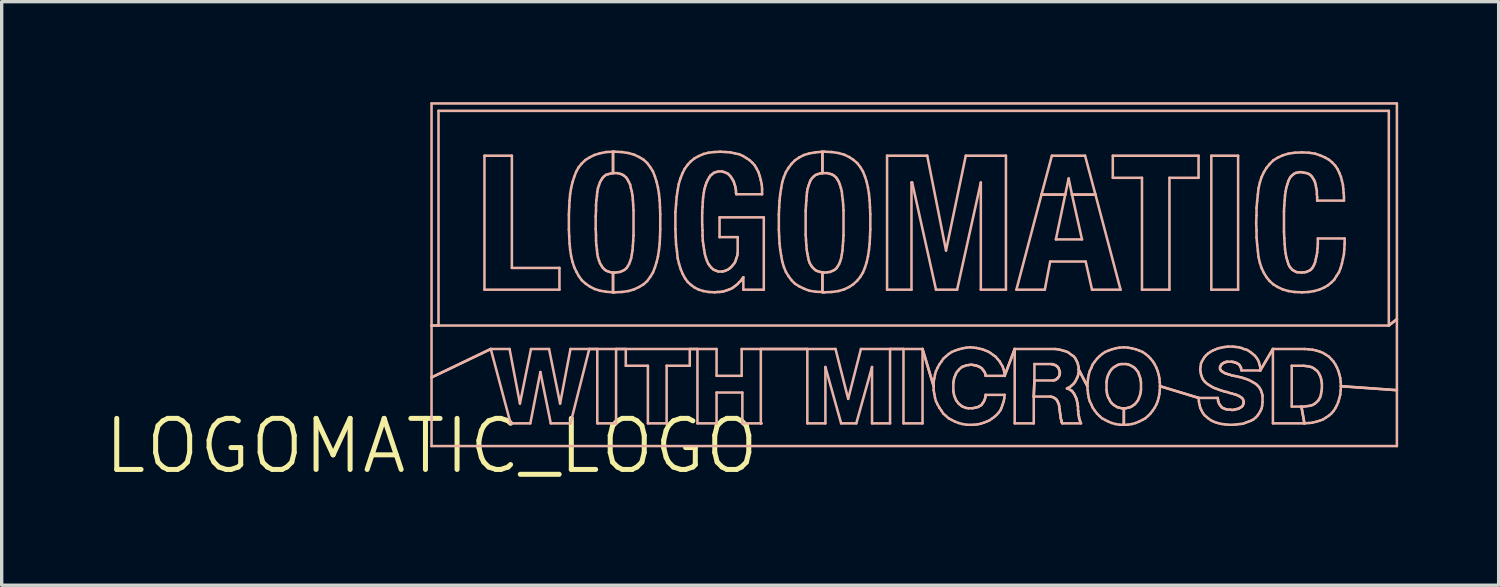
<source format=kicad_pcb>
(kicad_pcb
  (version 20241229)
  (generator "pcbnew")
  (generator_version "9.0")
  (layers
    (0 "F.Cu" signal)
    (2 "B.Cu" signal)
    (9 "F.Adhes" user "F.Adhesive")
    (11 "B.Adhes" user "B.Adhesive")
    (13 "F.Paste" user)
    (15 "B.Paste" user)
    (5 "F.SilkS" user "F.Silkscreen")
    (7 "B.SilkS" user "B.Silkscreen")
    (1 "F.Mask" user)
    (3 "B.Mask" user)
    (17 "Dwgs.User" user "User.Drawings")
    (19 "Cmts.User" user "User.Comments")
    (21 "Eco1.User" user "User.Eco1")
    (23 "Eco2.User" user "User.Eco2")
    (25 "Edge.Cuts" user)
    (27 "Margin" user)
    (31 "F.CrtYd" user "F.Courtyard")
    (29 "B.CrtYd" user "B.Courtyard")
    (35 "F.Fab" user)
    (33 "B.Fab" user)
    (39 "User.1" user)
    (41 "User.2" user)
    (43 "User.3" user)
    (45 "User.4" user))
  (footprint "LOGOMATIC_LOGO"
    (layer "F.Cu")
    (at 9.833 10.267)
    (property "Reference" "LOGOMATIC_LOGO" (at 0 0 0) (layer "F.SilkS") (effects (font (size 1.524 1.524) (thickness 0.15))))
    (attr exclude_from_pos_files exclude_from_bom)
    (fp_line (start 0 -10.229) (end 0 -3.599) (stroke (width 0.076) (type solid)) (layer "B.SilkS"))
    (fp_line (start 0 -3.599) (end 0 -2.05) (stroke (width 0.076) (type solid)) (layer "B.SilkS"))
    (fp_line (start 0 -3.599) (end 0.208 -3.599) (stroke (width 0.076) (type solid)) (layer "B.SilkS"))
    (fp_line (start 0 -2.05) (end 0 0) (stroke (width 0.076) (type solid)) (layer "B.SilkS"))
    (fp_line (start 0 -2.05) (end 1.768 -2.898) (stroke (width 0.076) (type solid)) (layer "B.SilkS"))
    (fp_line (start 0 0) (end 28.819 0) (stroke (width 0.076) (type solid)) (layer "B.SilkS"))
    (fp_line (start 0.208 -10.008) (end 28.578 -10.008) (stroke (width 0.076) (type solid)) (layer "B.SilkS"))
    (fp_line (start 0.208 -3.599) (end 0.208 -10.008) (stroke (width 0.076) (type solid)) (layer "B.SilkS"))
    (fp_line (start 1.58 -8.669) (end 1.58 -4.669) (stroke (width 0.076) (type solid)) (layer "B.SilkS"))
    (fp_line (start 1.58 -4.669) (end 3.818 -4.669) (stroke (width 0.076) (type solid)) (layer "B.SilkS"))
    (fp_line (start 1.768 -2.898) (end 0 -2.05) (stroke (width 0.076) (type solid)) (layer "B.SilkS"))
    (fp_line (start 1.768 -2.898) (end 2.329 -2.898) (stroke (width 0.076) (type solid)) (layer "B.SilkS"))
    (fp_line (start 2.329 -2.898) (end 2.639 -1.27) (stroke (width 0.076) (type solid)) (layer "B.SilkS"))
    (fp_line (start 2.36 -0.678) (end 1.768 -2.898) (stroke (width 0.076) (type solid)) (layer "B.SilkS"))
    (fp_line (start 2.398 -8.669) (end 1.58 -8.669) (stroke (width 0.076) (type solid)) (layer "B.SilkS"))
    (fp_line (start 2.398 -5.319) (end 2.398 -8.669) (stroke (width 0.076) (type solid)) (layer "B.SilkS"))
    (fp_line (start 2.639 -1.27) (end 2.969 -2.898) (stroke (width 0.076) (type solid)) (layer "B.SilkS"))
    (fp_line (start 2.949 -0.678) (end 2.36 -0.678) (stroke (width 0.076) (type solid)) (layer "B.SilkS"))
    (fp_line (start 2.969 -2.898) (end 3.508 -2.898) (stroke (width 0.076) (type solid)) (layer "B.SilkS"))
    (fp_line (start 3.249 -2.21) (end 2.949 -0.678) (stroke (width 0.076) (type solid)) (layer "B.SilkS"))
    (fp_line (start 3.508 -2.898) (end 3.838 -1.27) (stroke (width 0.076) (type solid)) (layer "B.SilkS"))
    (fp_line (start 3.559 -0.678) (end 3.249 -2.21) (stroke (width 0.076) (type solid)) (layer "B.SilkS"))
    (fp_line (start 3.818 -5.319) (end 2.398 -5.319) (stroke (width 0.076) (type solid)) (layer "B.SilkS"))
    (fp_line (start 3.818 -4.669) (end 3.818 -5.319) (stroke (width 0.076) (type solid)) (layer "B.SilkS"))
    (fp_line (start 3.838 -1.27) (end 4.148 -2.898) (stroke (width 0.076) (type solid)) (layer "B.SilkS"))
    (fp_line (start 4.1 -6.909) (end 4.1 -6.469) (stroke (width 0.076) (type solid)) (layer "B.SilkS"))
    (fp_line (start 4.1 -6.469) (end 4.11 -6.259) (stroke (width 0.076) (type solid)) (layer "B.SilkS"))
    (fp_line (start 4.11 -7.13) (end 4.1 -6.909) (stroke (width 0.076) (type solid)) (layer "B.SilkS"))
    (fp_line (start 4.11 -6.259) (end 4.12 -6.048) (stroke (width 0.076) (type solid)) (layer "B.SilkS"))
    (fp_line (start 4.12 -7.328) (end 4.11 -7.13) (stroke (width 0.076) (type solid)) (layer "B.SilkS"))
    (fp_line (start 4.12 -6.048) (end 4.138 -5.86) (stroke (width 0.076) (type solid)) (layer "B.SilkS"))
    (fp_line (start 4.138 -7.529) (end 4.12 -7.328) (stroke (width 0.076) (type solid)) (layer "B.SilkS"))
    (fp_line (start 4.138 -5.86) (end 4.168 -5.669) (stroke (width 0.076) (type solid)) (layer "B.SilkS"))
    (fp_line (start 4.148 -2.898) (end 8.509 -2.898) (stroke (width 0.076) (type solid)) (layer "B.SilkS"))
    (fp_line (start 4.148 -0.678) (end 3.559 -0.678) (stroke (width 0.076) (type solid)) (layer "B.SilkS"))
    (fp_line (start 4.168 -7.709) (end 4.138 -7.529) (stroke (width 0.076) (type solid)) (layer "B.SilkS"))
    (fp_line (start 4.168 -5.669) (end 4.209 -5.499) (stroke (width 0.076) (type solid)) (layer "B.SilkS"))
    (fp_line (start 4.209 -7.879) (end 4.168 -7.709) (stroke (width 0.076) (type solid)) (layer "B.SilkS"))
    (fp_line (start 4.209 -5.499) (end 4.26 -5.339) (stroke (width 0.076) (type solid)) (layer "B.SilkS"))
    (fp_line (start 4.26 -8.039) (end 4.209 -7.879) (stroke (width 0.076) (type solid)) (layer "B.SilkS"))
    (fp_line (start 4.26 -5.339) (end 4.328 -5.199) (stroke (width 0.076) (type solid)) (layer "B.SilkS"))
    (fp_line (start 4.318 -8.189) (end 4.26 -8.039) (stroke (width 0.076) (type solid)) (layer "B.SilkS"))
    (fp_line (start 4.328 -5.199) (end 4.399 -5.07) (stroke (width 0.076) (type solid)) (layer "B.SilkS"))
    (fp_line (start 4.389 -8.319) (end 4.318 -8.189) (stroke (width 0.076) (type solid)) (layer "B.SilkS"))
    (fp_line (start 4.399 -5.07) (end 4.488 -4.948) (stroke (width 0.076) (type solid)) (layer "B.SilkS"))
    (fp_line (start 4.478 -8.428) (end 4.389 -8.319) (stroke (width 0.076) (type solid)) (layer "B.SilkS"))
    (fp_line (start 4.488 -4.948) (end 4.6 -4.849) (stroke (width 0.076) (type solid)) (layer "B.SilkS"))
    (fp_line (start 4.59 -8.539) (end 4.478 -8.428) (stroke (width 0.076) (type solid)) (layer "B.SilkS"))
    (fp_line (start 4.6 -4.849) (end 4.729 -4.76) (stroke (width 0.076) (type solid)) (layer "B.SilkS"))
    (fp_line (start 4.709 -2.898) (end 4.148 -0.678) (stroke (width 0.076) (type solid)) (layer "B.SilkS"))
    (fp_line (start 4.719 -8.618) (end 4.59 -8.539) (stroke (width 0.076) (type solid)) (layer "B.SilkS"))
    (fp_line (start 4.729 -4.76) (end 4.869 -4.689) (stroke (width 0.076) (type solid)) (layer "B.SilkS"))
    (fp_line (start 4.859 -8.689) (end 4.719 -8.618) (stroke (width 0.076) (type solid)) (layer "B.SilkS"))
    (fp_line (start 4.869 -4.689) (end 5.029 -4.638) (stroke (width 0.076) (type solid)) (layer "B.SilkS"))
    (fp_line (start 4.9 -6.858) (end 4.91 -7.028) (stroke (width 0.076) (type solid)) (layer "B.SilkS"))
    (fp_line (start 4.9 -6.48) (end 4.9 -6.858) (stroke (width 0.076) (type solid)) (layer "B.SilkS"))
    (fp_line (start 4.91 -7.188) (end 4.92 -7.338) (stroke (width 0.076) (type solid)) (layer "B.SilkS"))
    (fp_line (start 4.91 -7.028) (end 4.91 -7.188) (stroke (width 0.076) (type solid)) (layer "B.SilkS"))
    (fp_line (start 4.91 -6.299) (end 4.9 -6.48) (stroke (width 0.076) (type solid)) (layer "B.SilkS"))
    (fp_line (start 4.91 -6.139) (end 4.91 -6.299) (stroke (width 0.076) (type solid)) (layer "B.SilkS"))
    (fp_line (start 4.92 -7.338) (end 4.938 -7.468) (stroke (width 0.076) (type solid)) (layer "B.SilkS"))
    (fp_line (start 4.92 -5.999) (end 4.91 -6.139) (stroke (width 0.076) (type solid)) (layer "B.SilkS"))
    (fp_line (start 4.938 -7.468) (end 4.948 -7.59) (stroke (width 0.076) (type solid)) (layer "B.SilkS"))
    (fp_line (start 4.938 -5.86) (end 4.92 -5.999) (stroke (width 0.076) (type solid)) (layer "B.SilkS"))
    (fp_line (start 4.948 -7.59) (end 4.968 -7.699) (stroke (width 0.076) (type solid)) (layer "B.SilkS"))
    (fp_line (start 4.948 -5.738) (end 4.938 -5.86) (stroke (width 0.076) (type solid)) (layer "B.SilkS"))
    (fp_line (start 4.948 -2.898) (end 4.709 -2.898) (stroke (width 0.076) (type solid)) (layer "B.SilkS"))
    (fp_line (start 4.948 -0.678) (end 4.948 -2.898) (stroke (width 0.076) (type solid)) (layer "B.SilkS"))
    (fp_line (start 4.968 -7.699) (end 4.999 -7.788) (stroke (width 0.076) (type solid)) (layer "B.SilkS"))
    (fp_line (start 4.968 -5.639) (end 4.948 -5.738) (stroke (width 0.076) (type solid)) (layer "B.SilkS"))
    (fp_line (start 4.999 -7.788) (end 5.029 -7.879) (stroke (width 0.076) (type solid)) (layer "B.SilkS"))
    (fp_line (start 4.999 -5.54) (end 4.968 -5.639) (stroke (width 0.076) (type solid)) (layer "B.SilkS"))
    (fp_line (start 5.019 -8.738) (end 4.859 -8.689) (stroke (width 0.076) (type solid)) (layer "B.SilkS"))
    (fp_line (start 5.029 -7.879) (end 5.07 -7.948) (stroke (width 0.076) (type solid)) (layer "B.SilkS"))
    (fp_line (start 5.029 -5.458) (end 4.999 -5.54) (stroke (width 0.076) (type solid)) (layer "B.SilkS"))
    (fp_line (start 5.029 -4.638) (end 5.21 -4.608) (stroke (width 0.076) (type solid)) (layer "B.SilkS"))
    (fp_line (start 5.07 -7.948) (end 5.108 -8.009) (stroke (width 0.076) (type solid)) (layer "B.SilkS"))
    (fp_line (start 5.07 -5.39) (end 5.029 -5.458) (stroke (width 0.076) (type solid)) (layer "B.SilkS"))
    (fp_line (start 5.108 -8.009) (end 5.159 -8.059) (stroke (width 0.076) (type solid)) (layer "B.SilkS"))
    (fp_line (start 5.108 -5.329) (end 5.07 -5.39) (stroke (width 0.076) (type solid)) (layer "B.SilkS"))
    (fp_line (start 5.159 -8.059) (end 5.21 -8.098) (stroke (width 0.076) (type solid)) (layer "B.SilkS"))
    (fp_line (start 5.159 -5.278) (end 5.108 -5.329) (stroke (width 0.076) (type solid)) (layer "B.SilkS"))
    (fp_line (start 5.21 -8.778) (end 5.019 -8.738) (stroke (width 0.076) (type solid)) (layer "B.SilkS"))
    (fp_line (start 5.21 -8.098) (end 5.278 -8.118) (stroke (width 0.076) (type solid)) (layer "B.SilkS"))
    (fp_line (start 5.21 -5.237) (end 5.159 -5.278) (stroke (width 0.076) (type solid)) (layer "B.SilkS"))
    (fp_line (start 5.21 -4.608) (end 5.418 -4.59) (stroke (width 0.076) (type solid)) (layer "B.SilkS"))
    (fp_line (start 5.278 -8.118) (end 5.349 -8.138) (stroke (width 0.076) (type solid)) (layer "B.SilkS"))
    (fp_line (start 5.278 -5.21) (end 5.21 -5.237) (stroke (width 0.076) (type solid)) (layer "B.SilkS"))
    (fp_line (start 5.349 -8.138) (end 5.418 -8.148) (stroke (width 0.076) (type solid)) (layer "B.SilkS"))
    (fp_line (start 5.349 -5.189) (end 5.278 -5.21) (stroke (width 0.076) (type solid)) (layer "B.SilkS"))
    (fp_line (start 5.418 -8.788) (end 5.21 -8.778) (stroke (width 0.076) (type solid)) (layer "B.SilkS"))
    (fp_line (start 5.418 -8.788) (end 5.418 -8.148) (stroke (width 0.076) (type solid)) (layer "B.SilkS"))
    (fp_line (start 5.418 -8.148) (end 5.418 -8.788) (stroke (width 0.076) (type solid)) (layer "B.SilkS"))
    (fp_line (start 5.418 -8.148) (end 5.55 -8.148) (stroke (width 0.076) (type solid)) (layer "B.SilkS"))
    (fp_line (start 5.418 -5.179) (end 5.349 -5.189) (stroke (width 0.076) (type solid)) (layer "B.SilkS"))
    (fp_line (start 5.418 -5.179) (end 5.418 -4.59) (stroke (width 0.076) (type solid)) (layer "B.SilkS"))
    (fp_line (start 5.418 -4.59) (end 5.418 -5.179) (stroke (width 0.076) (type solid)) (layer "B.SilkS"))
    (fp_line (start 5.418 -4.59) (end 5.469 -4.59) (stroke (width 0.076) (type solid)) (layer "B.SilkS"))
    (fp_line (start 5.469 -8.788) (end 5.418 -8.788) (stroke (width 0.076) (type solid)) (layer "B.SilkS"))
    (fp_line (start 5.469 -5.179) (end 5.418 -5.179) (stroke (width 0.076) (type solid)) (layer "B.SilkS"))
    (fp_line (start 5.469 -4.59) (end 5.679 -4.6) (stroke (width 0.076) (type solid)) (layer "B.SilkS"))
    (fp_line (start 5.509 -2.898) (end 5.509 -0.678) (stroke (width 0.076) (type solid)) (layer "B.SilkS"))
    (fp_line (start 5.509 -0.678) (end 4.948 -0.678) (stroke (width 0.076) (type solid)) (layer "B.SilkS"))
    (fp_line (start 5.55 -8.148) (end 5.629 -8.128) (stroke (width 0.076) (type solid)) (layer "B.SilkS"))
    (fp_line (start 5.55 -5.189) (end 5.469 -5.179) (stroke (width 0.076) (type solid)) (layer "B.SilkS"))
    (fp_line (start 5.629 -8.128) (end 5.69 -8.108) (stroke (width 0.076) (type solid)) (layer "B.SilkS"))
    (fp_line (start 5.629 -5.199) (end 5.55 -5.189) (stroke (width 0.076) (type solid)) (layer "B.SilkS"))
    (fp_line (start 5.679 -8.778) (end 5.469 -8.788) (stroke (width 0.076) (type solid)) (layer "B.SilkS"))
    (fp_line (start 5.679 -4.6) (end 5.878 -4.628) (stroke (width 0.076) (type solid)) (layer "B.SilkS"))
    (fp_line (start 5.69 -8.108) (end 5.748 -8.07) (stroke (width 0.076) (type solid)) (layer "B.SilkS"))
    (fp_line (start 5.7 -5.23) (end 5.629 -5.199) (stroke (width 0.076) (type solid)) (layer "B.SilkS"))
    (fp_line (start 5.748 -8.07) (end 5.809 -8.019) (stroke (width 0.076) (type solid)) (layer "B.SilkS"))
    (fp_line (start 5.758 -5.258) (end 5.7 -5.23) (stroke (width 0.076) (type solid)) (layer "B.SilkS"))
    (fp_line (start 5.799 -2.898) (end 5.509 -2.898) (stroke (width 0.076) (type solid)) (layer "B.SilkS"))
    (fp_line (start 5.799 -2.398) (end 5.799 -2.898) (stroke (width 0.076) (type solid)) (layer "B.SilkS"))
    (fp_line (start 5.809 -8.019) (end 5.85 -7.958) (stroke (width 0.076) (type solid)) (layer "B.SilkS"))
    (fp_line (start 5.819 -5.309) (end 5.758 -5.258) (stroke (width 0.076) (type solid)) (layer "B.SilkS"))
    (fp_line (start 5.85 -7.958) (end 5.888 -7.889) (stroke (width 0.076) (type solid)) (layer "B.SilkS"))
    (fp_line (start 5.86 -5.37) (end 5.819 -5.309) (stroke (width 0.076) (type solid)) (layer "B.SilkS"))
    (fp_line (start 5.878 -8.748) (end 5.679 -8.778) (stroke (width 0.076) (type solid)) (layer "B.SilkS"))
    (fp_line (start 5.878 -4.628) (end 6.048 -4.679) (stroke (width 0.076) (type solid)) (layer "B.SilkS"))
    (fp_line (start 5.888 -7.889) (end 5.928 -7.808) (stroke (width 0.076) (type solid)) (layer "B.SilkS"))
    (fp_line (start 5.898 -5.438) (end 5.86 -5.37) (stroke (width 0.076) (type solid)) (layer "B.SilkS"))
    (fp_line (start 5.928 -7.808) (end 5.949 -7.709) (stroke (width 0.076) (type solid)) (layer "B.SilkS"))
    (fp_line (start 5.928 -5.519) (end 5.898 -5.438) (stroke (width 0.076) (type solid)) (layer "B.SilkS"))
    (fp_line (start 5.949 -7.709) (end 5.979 -7.6) (stroke (width 0.076) (type solid)) (layer "B.SilkS"))
    (fp_line (start 5.959 -5.608) (end 5.928 -5.519) (stroke (width 0.076) (type solid)) (layer "B.SilkS"))
    (fp_line (start 5.979 -7.6) (end 5.999 -7.478) (stroke (width 0.076) (type solid)) (layer "B.SilkS"))
    (fp_line (start 5.979 -5.718) (end 5.959 -5.608) (stroke (width 0.076) (type solid)) (layer "B.SilkS"))
    (fp_line (start 5.999 -7.478) (end 6.01 -7.348) (stroke (width 0.076) (type solid)) (layer "B.SilkS"))
    (fp_line (start 5.999 -5.839) (end 5.979 -5.718) (stroke (width 0.076) (type solid)) (layer "B.SilkS"))
    (fp_line (start 6.01 -7.348) (end 6.02 -7.198) (stroke (width 0.076) (type solid)) (layer "B.SilkS"))
    (fp_line (start 6.01 -5.979) (end 5.999 -5.839) (stroke (width 0.076) (type solid)) (layer "B.SilkS"))
    (fp_line (start 6.02 -7.198) (end 6.03 -7.038) (stroke (width 0.076) (type solid)) (layer "B.SilkS"))
    (fp_line (start 6.02 -6.129) (end 6.01 -5.979) (stroke (width 0.076) (type solid)) (layer "B.SilkS"))
    (fp_line (start 6.03 -7.038) (end 6.03 -6.289) (stroke (width 0.076) (type solid)) (layer "B.SilkS"))
    (fp_line (start 6.03 -6.289) (end 6.02 -6.129) (stroke (width 0.076) (type solid)) (layer "B.SilkS"))
    (fp_line (start 6.048 -8.7) (end 5.878 -8.748) (stroke (width 0.076) (type solid)) (layer "B.SilkS"))
    (fp_line (start 6.048 -4.679) (end 6.198 -4.75) (stroke (width 0.076) (type solid)) (layer "B.SilkS"))
    (fp_line (start 6.198 -8.628) (end 6.048 -8.7) (stroke (width 0.076) (type solid)) (layer "B.SilkS"))
    (fp_line (start 6.198 -4.75) (end 6.33 -4.829) (stroke (width 0.076) (type solid)) (layer "B.SilkS"))
    (fp_line (start 6.33 -8.55) (end 6.198 -8.628) (stroke (width 0.076) (type solid)) (layer "B.SilkS"))
    (fp_line (start 6.33 -4.829) (end 6.439 -4.928) (stroke (width 0.076) (type solid)) (layer "B.SilkS"))
    (fp_line (start 6.439 -8.448) (end 6.33 -8.55) (stroke (width 0.076) (type solid)) (layer "B.SilkS"))
    (fp_line (start 6.439 -4.928) (end 6.528 -5.05) (stroke (width 0.076) (type solid)) (layer "B.SilkS"))
    (fp_line (start 6.459 -2.398) (end 5.799 -2.398) (stroke (width 0.076) (type solid)) (layer "B.SilkS"))
    (fp_line (start 6.459 -0.678) (end 6.459 -2.398) (stroke (width 0.076) (type solid)) (layer "B.SilkS"))
    (fp_line (start 6.528 -8.329) (end 6.439 -8.448) (stroke (width 0.076) (type solid)) (layer "B.SilkS"))
    (fp_line (start 6.528 -5.05) (end 6.609 -5.179) (stroke (width 0.076) (type solid)) (layer "B.SilkS"))
    (fp_line (start 6.609 -8.199) (end 6.528 -8.329) (stroke (width 0.076) (type solid)) (layer "B.SilkS"))
    (fp_line (start 6.609 -5.179) (end 6.668 -5.329) (stroke (width 0.076) (type solid)) (layer "B.SilkS"))
    (fp_line (start 6.668 -8.049) (end 6.609 -8.199) (stroke (width 0.076) (type solid)) (layer "B.SilkS"))
    (fp_line (start 6.668 -5.329) (end 6.718 -5.489) (stroke (width 0.076) (type solid)) (layer "B.SilkS"))
    (fp_line (start 6.718 -7.889) (end 6.668 -8.049) (stroke (width 0.076) (type solid)) (layer "B.SilkS"))
    (fp_line (start 6.718 -5.489) (end 6.759 -5.659) (stroke (width 0.076) (type solid)) (layer "B.SilkS"))
    (fp_line (start 6.759 -7.719) (end 6.718 -7.889) (stroke (width 0.076) (type solid)) (layer "B.SilkS"))
    (fp_line (start 6.759 -5.659) (end 6.789 -5.85) (stroke (width 0.076) (type solid)) (layer "B.SilkS"))
    (fp_line (start 6.789 -7.539) (end 6.759 -7.719) (stroke (width 0.076) (type solid)) (layer "B.SilkS"))
    (fp_line (start 6.789 -5.85) (end 6.81 -6.038) (stroke (width 0.076) (type solid)) (layer "B.SilkS"))
    (fp_line (start 6.81 -7.338) (end 6.789 -7.539) (stroke (width 0.076) (type solid)) (layer "B.SilkS"))
    (fp_line (start 6.81 -6.038) (end 6.82 -6.248) (stroke (width 0.076) (type solid)) (layer "B.SilkS"))
    (fp_line (start 6.82 -7.13) (end 6.81 -7.338) (stroke (width 0.076) (type solid)) (layer "B.SilkS"))
    (fp_line (start 6.82 -6.248) (end 6.828 -6.469) (stroke (width 0.076) (type solid)) (layer "B.SilkS"))
    (fp_line (start 6.828 -6.919) (end 6.82 -7.13) (stroke (width 0.076) (type solid)) (layer "B.SilkS"))
    (fp_line (start 6.828 -6.469) (end 6.828 -6.919) (stroke (width 0.076) (type solid)) (layer "B.SilkS"))
    (fp_line (start 7.018 -2.398) (end 7.018 -0.678) (stroke (width 0.076) (type solid)) (layer "B.SilkS"))
    (fp_line (start 7.018 -0.678) (end 6.459 -0.678) (stroke (width 0.076) (type solid)) (layer "B.SilkS"))
    (fp_line (start 7.28 -6.988) (end 7.28 -6.48) (stroke (width 0.076) (type solid)) (layer "B.SilkS"))
    (fp_line (start 7.28 -6.48) (end 7.29 -6.238) (stroke (width 0.076) (type solid)) (layer "B.SilkS"))
    (fp_line (start 7.29 -6.238) (end 7.3 -6.02) (stroke (width 0.076) (type solid)) (layer "B.SilkS"))
    (fp_line (start 7.3 -7.219) (end 7.28 -6.988) (stroke (width 0.076) (type solid)) (layer "B.SilkS"))
    (fp_line (start 7.3 -6.02) (end 7.328 -5.809) (stroke (width 0.076) (type solid)) (layer "B.SilkS"))
    (fp_line (start 7.318 -7.44) (end 7.3 -7.219) (stroke (width 0.076) (type solid)) (layer "B.SilkS"))
    (fp_line (start 7.328 -5.809) (end 7.348 -5.608) (stroke (width 0.076) (type solid)) (layer "B.SilkS"))
    (fp_line (start 7.348 -7.638) (end 7.318 -7.44) (stroke (width 0.076) (type solid)) (layer "B.SilkS"))
    (fp_line (start 7.348 -5.608) (end 7.389 -5.438) (stroke (width 0.076) (type solid)) (layer "B.SilkS"))
    (fp_line (start 7.379 -7.818) (end 7.348 -7.638) (stroke (width 0.076) (type solid)) (layer "B.SilkS"))
    (fp_line (start 7.389 -5.438) (end 7.44 -5.278) (stroke (width 0.076) (type solid)) (layer "B.SilkS"))
    (fp_line (start 7.429 -7.988) (end 7.379 -7.818) (stroke (width 0.076) (type solid)) (layer "B.SilkS"))
    (fp_line (start 7.44 -5.278) (end 7.498 -5.138) (stroke (width 0.076) (type solid)) (layer "B.SilkS"))
    (fp_line (start 7.488 -8.138) (end 7.429 -7.988) (stroke (width 0.076) (type solid)) (layer "B.SilkS"))
    (fp_line (start 7.498 -5.138) (end 7.569 -5.009) (stroke (width 0.076) (type solid)) (layer "B.SilkS"))
    (fp_line (start 7.559 -8.278) (end 7.488 -8.138) (stroke (width 0.076) (type solid)) (layer "B.SilkS"))
    (fp_line (start 7.569 -5.009) (end 7.648 -4.9) (stroke (width 0.076) (type solid)) (layer "B.SilkS"))
    (fp_line (start 7.648 -8.4) (end 7.559 -8.278) (stroke (width 0.076) (type solid)) (layer "B.SilkS"))
    (fp_line (start 7.648 -4.9) (end 7.75 -4.808) (stroke (width 0.076) (type solid)) (layer "B.SilkS"))
    (fp_line (start 7.709 -2.898) (end 7.709 -2.398) (stroke (width 0.076) (type solid)) (layer "B.SilkS"))
    (fp_line (start 7.709 -2.398) (end 7.018 -2.398) (stroke (width 0.076) (type solid)) (layer "B.SilkS"))
    (fp_line (start 7.739 -8.499) (end 7.648 -8.4) (stroke (width 0.076) (type solid)) (layer "B.SilkS"))
    (fp_line (start 7.75 -4.808) (end 7.859 -4.729) (stroke (width 0.076) (type solid)) (layer "B.SilkS"))
    (fp_line (start 7.849 -8.588) (end 7.739 -8.499) (stroke (width 0.076) (type solid)) (layer "B.SilkS"))
    (fp_line (start 7.859 -4.729) (end 7.978 -4.669) (stroke (width 0.076) (type solid)) (layer "B.SilkS"))
    (fp_line (start 7.938 -2.898) (end 7.709 -2.898) (stroke (width 0.076) (type solid)) (layer "B.SilkS"))
    (fp_line (start 7.938 -0.678) (end 7.938 -2.898) (stroke (width 0.076) (type solid)) (layer "B.SilkS"))
    (fp_line (start 7.978 -8.659) (end 7.849 -8.588) (stroke (width 0.076) (type solid)) (layer "B.SilkS"))
    (fp_line (start 7.978 -4.669) (end 8.118 -4.628) (stroke (width 0.076) (type solid)) (layer "B.SilkS"))
    (fp_line (start 8.08 -6.97) (end 8.09 -7.14) (stroke (width 0.076) (type solid)) (layer "B.SilkS"))
    (fp_line (start 8.08 -6.609) (end 8.08 -6.97) (stroke (width 0.076) (type solid)) (layer "B.SilkS"))
    (fp_line (start 8.09 -7.14) (end 8.098 -7.29) (stroke (width 0.076) (type solid)) (layer "B.SilkS"))
    (fp_line (start 8.09 -6.439) (end 8.08 -6.609) (stroke (width 0.076) (type solid)) (layer "B.SilkS"))
    (fp_line (start 8.09 -6.279) (end 8.09 -6.439) (stroke (width 0.076) (type solid)) (layer "B.SilkS"))
    (fp_line (start 8.098 -7.29) (end 8.108 -7.429) (stroke (width 0.076) (type solid)) (layer "B.SilkS"))
    (fp_line (start 8.098 -6.129) (end 8.09 -6.279) (stroke (width 0.076) (type solid)) (layer "B.SilkS"))
    (fp_line (start 8.108 -7.429) (end 8.128 -7.559) (stroke (width 0.076) (type solid)) (layer "B.SilkS"))
    (fp_line (start 8.118 -8.72) (end 7.978 -8.659) (stroke (width 0.076) (type solid)) (layer "B.SilkS"))
    (fp_line (start 8.118 -5.989) (end 8.098 -6.129) (stroke (width 0.076) (type solid)) (layer "B.SilkS"))
    (fp_line (start 8.118 -4.628) (end 8.278 -4.6) (stroke (width 0.076) (type solid)) (layer "B.SilkS"))
    (fp_line (start 8.128 -7.559) (end 8.148 -7.678) (stroke (width 0.076) (type solid)) (layer "B.SilkS"))
    (fp_line (start 8.138 -5.86) (end 8.118 -5.989) (stroke (width 0.076) (type solid)) (layer "B.SilkS"))
    (fp_line (start 8.148 -7.678) (end 8.179 -7.777) (stroke (width 0.076) (type solid)) (layer "B.SilkS"))
    (fp_line (start 8.158 -5.738) (end 8.138 -5.86) (stroke (width 0.076) (type solid)) (layer "B.SilkS"))
    (fp_line (start 8.179 -7.777) (end 8.209 -7.869) (stroke (width 0.076) (type solid)) (layer "B.SilkS"))
    (fp_line (start 8.189 -5.629) (end 8.158 -5.738) (stroke (width 0.076) (type solid)) (layer "B.SilkS"))
    (fp_line (start 8.209 -7.869) (end 8.25 -7.948) (stroke (width 0.076) (type solid)) (layer "B.SilkS"))
    (fp_line (start 8.219 -5.54) (end 8.189 -5.629) (stroke (width 0.076) (type solid)) (layer "B.SilkS"))
    (fp_line (start 8.25 -7.948) (end 8.288 -8.019) (stroke (width 0.076) (type solid)) (layer "B.SilkS"))
    (fp_line (start 8.258 -5.448) (end 8.219 -5.54) (stroke (width 0.076) (type solid)) (layer "B.SilkS"))
    (fp_line (start 8.268 -8.758) (end 8.118 -8.72) (stroke (width 0.076) (type solid)) (layer "B.SilkS"))
    (fp_line (start 8.278 -4.6) (end 8.458 -4.59) (stroke (width 0.076) (type solid)) (layer "B.SilkS"))
    (fp_line (start 8.288 -8.019) (end 8.329 -8.08) (stroke (width 0.076) (type solid)) (layer "B.SilkS"))
    (fp_line (start 8.308 -5.38) (end 8.258 -5.448) (stroke (width 0.076) (type solid)) (layer "B.SilkS"))
    (fp_line (start 8.329 -8.08) (end 8.379 -8.118) (stroke (width 0.076) (type solid)) (layer "B.SilkS"))
    (fp_line (start 8.359 -5.319) (end 8.308 -5.38) (stroke (width 0.076) (type solid)) (layer "B.SilkS"))
    (fp_line (start 8.379 -8.118) (end 8.428 -8.158) (stroke (width 0.076) (type solid)) (layer "B.SilkS"))
    (fp_line (start 8.418 -5.268) (end 8.359 -5.319) (stroke (width 0.076) (type solid)) (layer "B.SilkS"))
    (fp_line (start 8.428 -8.158) (end 8.489 -8.179) (stroke (width 0.076) (type solid)) (layer "B.SilkS"))
    (fp_line (start 8.438 -8.778) (end 8.268 -8.758) (stroke (width 0.076) (type solid)) (layer "B.SilkS"))
    (fp_line (start 8.458 -4.59) (end 8.529 -4.6) (stroke (width 0.076) (type solid)) (layer "B.SilkS"))
    (fp_line (start 8.489 -8.179) (end 8.56 -8.199) (stroke (width 0.076) (type solid)) (layer "B.SilkS"))
    (fp_line (start 8.489 -5.237) (end 8.418 -5.268) (stroke (width 0.076) (type solid)) (layer "B.SilkS"))
    (fp_line (start 8.509 -2.898) (end 8.509 -2.098) (stroke (width 0.076) (type solid)) (layer "B.SilkS"))
    (fp_line (start 8.509 -2.098) (end 9.258 -2.098) (stroke (width 0.076) (type solid)) (layer "B.SilkS"))
    (fp_line (start 8.509 -1.598) (end 8.509 -0.678) (stroke (width 0.076) (type solid)) (layer "B.SilkS"))
    (fp_line (start 8.509 -0.678) (end 7.938 -0.678) (stroke (width 0.076) (type solid)) (layer "B.SilkS"))
    (fp_line (start 8.529 -4.6) (end 8.598 -4.6) (stroke (width 0.076) (type solid)) (layer "B.SilkS"))
    (fp_line (start 8.56 -8.199) (end 8.679 -8.199) (stroke (width 0.076) (type solid)) (layer "B.SilkS"))
    (fp_line (start 8.56 -5.21) (end 8.489 -5.237) (stroke (width 0.076) (type solid)) (layer "B.SilkS"))
    (fp_line (start 8.598 -6.828) (end 8.598 -6.238) (stroke (width 0.076) (type solid)) (layer "B.SilkS"))
    (fp_line (start 8.598 -6.238) (end 9.139 -6.238) (stroke (width 0.076) (type solid)) (layer "B.SilkS"))
    (fp_line (start 8.598 -4.6) (end 8.659 -4.608) (stroke (width 0.076) (type solid)) (layer "B.SilkS"))
    (fp_line (start 8.618 -8.788) (end 8.438 -8.778) (stroke (width 0.076) (type solid)) (layer "B.SilkS"))
    (fp_line (start 8.659 -4.608) (end 8.72 -4.618) (stroke (width 0.076) (type solid)) (layer "B.SilkS"))
    (fp_line (start 8.679 -8.199) (end 8.738 -8.179) (stroke (width 0.076) (type solid)) (layer "B.SilkS"))
    (fp_line (start 8.679 -5.21) (end 8.56 -5.21) (stroke (width 0.076) (type solid)) (layer "B.SilkS"))
    (fp_line (start 8.72 -5.22) (end 8.679 -5.21) (stroke (width 0.076) (type solid)) (layer "B.SilkS"))
    (fp_line (start 8.72 -4.618) (end 8.778 -4.638) (stroke (width 0.076) (type solid)) (layer "B.SilkS"))
    (fp_line (start 8.738 -8.179) (end 8.788 -8.158) (stroke (width 0.076) (type solid)) (layer "B.SilkS"))
    (fp_line (start 8.758 -5.23) (end 8.72 -5.22) (stroke (width 0.076) (type solid)) (layer "B.SilkS"))
    (fp_line (start 8.778 -8.778) (end 8.618 -8.788) (stroke (width 0.076) (type solid)) (layer "B.SilkS"))
    (fp_line (start 8.778 -4.638) (end 8.839 -4.658) (stroke (width 0.076) (type solid)) (layer "B.SilkS"))
    (fp_line (start 8.788 -8.158) (end 8.839 -8.138) (stroke (width 0.076) (type solid)) (layer "B.SilkS"))
    (fp_line (start 8.799 -5.248) (end 8.758 -5.23) (stroke (width 0.076) (type solid)) (layer "B.SilkS"))
    (fp_line (start 8.839 -8.138) (end 8.88 -8.098) (stroke (width 0.076) (type solid)) (layer "B.SilkS"))
    (fp_line (start 8.839 -4.658) (end 8.89 -4.679) (stroke (width 0.076) (type solid)) (layer "B.SilkS"))
    (fp_line (start 8.849 -5.268) (end 8.799 -5.248) (stroke (width 0.076) (type solid)) (layer "B.SilkS"))
    (fp_line (start 8.88 -8.098) (end 8.918 -8.059) (stroke (width 0.076) (type solid)) (layer "B.SilkS"))
    (fp_line (start 8.89 -5.298) (end 8.849 -5.268) (stroke (width 0.076) (type solid)) (layer "B.SilkS"))
    (fp_line (start 8.89 -4.679) (end 8.948 -4.699) (stroke (width 0.076) (type solid)) (layer "B.SilkS"))
    (fp_line (start 8.918 -8.059) (end 8.948 -8.019) (stroke (width 0.076) (type solid)) (layer "B.SilkS"))
    (fp_line (start 8.928 -8.768) (end 8.778 -8.778) (stroke (width 0.076) (type solid)) (layer "B.SilkS"))
    (fp_line (start 8.928 -5.329) (end 8.89 -5.298) (stroke (width 0.076) (type solid)) (layer "B.SilkS"))
    (fp_line (start 8.948 -8.019) (end 8.979 -7.968) (stroke (width 0.076) (type solid)) (layer "B.SilkS"))
    (fp_line (start 8.948 -4.699) (end 8.999 -4.729) (stroke (width 0.076) (type solid)) (layer "B.SilkS"))
    (fp_line (start 8.969 -5.37) (end 8.928 -5.329) (stroke (width 0.076) (type solid)) (layer "B.SilkS"))
    (fp_line (start 8.979 -7.968) (end 9.009 -7.92) (stroke (width 0.076) (type solid)) (layer "B.SilkS"))
    (fp_line (start 8.999 -5.408) (end 8.969 -5.37) (stroke (width 0.076) (type solid)) (layer "B.SilkS"))
    (fp_line (start 8.999 -4.729) (end 9.047 -4.768) (stroke (width 0.076) (type solid)) (layer "B.SilkS"))
    (fp_line (start 9.009 -7.92) (end 9.03 -7.869) (stroke (width 0.076) (type solid)) (layer "B.SilkS"))
    (fp_line (start 9.03 -7.869) (end 9.047 -7.808) (stroke (width 0.076) (type solid)) (layer "B.SilkS"))
    (fp_line (start 9.04 -5.458) (end 8.999 -5.408) (stroke (width 0.076) (type solid)) (layer "B.SilkS"))
    (fp_line (start 9.047 -7.808) (end 9.068 -7.75) (stroke (width 0.076) (type solid)) (layer "B.SilkS"))
    (fp_line (start 9.047 -4.768) (end 9.088 -4.798) (stroke (width 0.076) (type solid)) (layer "B.SilkS"))
    (fp_line (start 9.058 -8.738) (end 8.928 -8.768) (stroke (width 0.076) (type solid)) (layer "B.SilkS"))
    (fp_line (start 9.068 -7.75) (end 9.078 -7.689) (stroke (width 0.076) (type solid)) (layer "B.SilkS"))
    (fp_line (start 9.068 -5.509) (end 9.04 -5.458) (stroke (width 0.076) (type solid)) (layer "B.SilkS"))
    (fp_line (start 9.078 -7.689) (end 9.088 -7.628) (stroke (width 0.076) (type solid)) (layer "B.SilkS"))
    (fp_line (start 9.088 -7.628) (end 9.088 -7.569) (stroke (width 0.076) (type solid)) (layer "B.SilkS"))
    (fp_line (start 9.088 -7.569) (end 9.098 -7.518) (stroke (width 0.076) (type solid)) (layer "B.SilkS"))
    (fp_line (start 9.088 -5.568) (end 9.068 -5.509) (stroke (width 0.076) (type solid)) (layer "B.SilkS"))
    (fp_line (start 9.088 -4.798) (end 9.139 -4.839) (stroke (width 0.076) (type solid)) (layer "B.SilkS"))
    (fp_line (start 9.098 -7.518) (end 9.868 -7.518) (stroke (width 0.076) (type solid)) (layer "B.SilkS"))
    (fp_line (start 9.108 -5.629) (end 9.088 -5.568) (stroke (width 0.076) (type solid)) (layer "B.SilkS"))
    (fp_line (start 9.129 -5.69) (end 9.108 -5.629) (stroke (width 0.076) (type solid)) (layer "B.SilkS"))
    (fp_line (start 9.139 -6.238) (end 9.139 -5.768) (stroke (width 0.076) (type solid)) (layer "B.SilkS"))
    (fp_line (start 9.139 -5.768) (end 9.129 -5.69) (stroke (width 0.076) (type solid)) (layer "B.SilkS"))
    (fp_line (start 9.139 -4.839) (end 9.18 -4.889) (stroke (width 0.076) (type solid)) (layer "B.SilkS"))
    (fp_line (start 9.18 -4.889) (end 9.228 -4.928) (stroke (width 0.076) (type solid)) (layer "B.SilkS"))
    (fp_line (start 9.19 -8.71) (end 9.058 -8.738) (stroke (width 0.076) (type solid)) (layer "B.SilkS"))
    (fp_line (start 9.228 -4.928) (end 9.268 -4.989) (stroke (width 0.076) (type solid)) (layer "B.SilkS"))
    (fp_line (start 9.258 -2.898) (end 12.06 -2.898) (stroke (width 0.076) (type solid)) (layer "B.SilkS"))
    (fp_line (start 9.258 -2.098) (end 9.258 -2.898) (stroke (width 0.076) (type solid)) (layer "B.SilkS"))
    (fp_line (start 9.268 -4.989) (end 9.309 -5.039) (stroke (width 0.076) (type solid)) (layer "B.SilkS"))
    (fp_line (start 9.279 -1.598) (end 8.509 -1.598) (stroke (width 0.076) (type solid)) (layer "B.SilkS"))
    (fp_line (start 9.279 -0.678) (end 9.279 -1.598) (stroke (width 0.076) (type solid)) (layer "B.SilkS"))
    (fp_line (start 9.299 -8.659) (end 9.19 -8.71) (stroke (width 0.076) (type solid)) (layer "B.SilkS"))
    (fp_line (start 9.309 -5.039) (end 9.309 -4.669) (stroke (width 0.076) (type solid)) (layer "B.SilkS"))
    (fp_line (start 9.309 -4.669) (end 9.919 -4.669) (stroke (width 0.076) (type solid)) (layer "B.SilkS"))
    (fp_line (start 9.398 -8.598) (end 9.299 -8.659) (stroke (width 0.076) (type solid)) (layer "B.SilkS"))
    (fp_line (start 9.489 -8.539) (end 9.398 -8.598) (stroke (width 0.076) (type solid)) (layer "B.SilkS"))
    (fp_line (start 9.578 -8.458) (end 9.489 -8.539) (stroke (width 0.076) (type solid)) (layer "B.SilkS"))
    (fp_line (start 9.649 -8.379) (end 9.578 -8.458) (stroke (width 0.076) (type solid)) (layer "B.SilkS"))
    (fp_line (start 9.708 -8.278) (end 9.649 -8.379) (stroke (width 0.076) (type solid)) (layer "B.SilkS"))
    (fp_line (start 9.759 -8.179) (end 9.708 -8.278) (stroke (width 0.076) (type solid)) (layer "B.SilkS"))
    (fp_line (start 9.799 -8.059) (end 9.759 -8.179) (stroke (width 0.076) (type solid)) (layer "B.SilkS"))
    (fp_line (start 9.83 -7.938) (end 9.799 -8.059) (stroke (width 0.076) (type solid)) (layer "B.SilkS"))
    (fp_line (start 9.83 -2.898) (end 9.83 -0.678) (stroke (width 0.076) (type solid)) (layer "B.SilkS"))
    (fp_line (start 9.83 -0.678) (end 9.848 -0.678) (stroke (width 0.076) (type solid)) (layer "B.SilkS"))
    (fp_line (start 9.848 -0.678) (end 9.279 -0.678) (stroke (width 0.076) (type solid)) (layer "B.SilkS"))
    (fp_line (start 9.858 -7.808) (end 9.83 -7.938) (stroke (width 0.076) (type solid)) (layer "B.SilkS"))
    (fp_line (start 9.868 -7.668) (end 9.858 -7.808) (stroke (width 0.076) (type solid)) (layer "B.SilkS"))
    (fp_line (start 9.868 -7.518) (end 9.868 -7.668) (stroke (width 0.076) (type solid)) (layer "B.SilkS"))
    (fp_line (start 9.919 -6.828) (end 8.598 -6.828) (stroke (width 0.076) (type solid)) (layer "B.SilkS"))
    (fp_line (start 9.919 -4.669) (end 9.919 -6.828) (stroke (width 0.076) (type solid)) (layer "B.SilkS"))
    (fp_line (start 10.368 -6.909) (end 10.368 -6.469) (stroke (width 0.076) (type solid)) (layer "B.SilkS"))
    (fp_line (start 10.368 -6.469) (end 10.378 -6.259) (stroke (width 0.076) (type solid)) (layer "B.SilkS"))
    (fp_line (start 10.378 -7.13) (end 10.368 -6.909) (stroke (width 0.076) (type solid)) (layer "B.SilkS"))
    (fp_line (start 10.378 -6.259) (end 10.389 -6.048) (stroke (width 0.076) (type solid)) (layer "B.SilkS"))
    (fp_line (start 10.389 -7.328) (end 10.378 -7.13) (stroke (width 0.076) (type solid)) (layer "B.SilkS"))
    (fp_line (start 10.389 -6.048) (end 10.409 -5.86) (stroke (width 0.076) (type solid)) (layer "B.SilkS"))
    (fp_line (start 10.409 -7.518) (end 10.389 -7.328) (stroke (width 0.076) (type solid)) (layer "B.SilkS"))
    (fp_line (start 10.409 -5.86) (end 10.439 -5.679) (stroke (width 0.076) (type solid)) (layer "B.SilkS"))
    (fp_line (start 10.439 -7.709) (end 10.409 -7.518) (stroke (width 0.076) (type solid)) (layer "B.SilkS"))
    (fp_line (start 10.439 -5.679) (end 10.47 -5.509) (stroke (width 0.076) (type solid)) (layer "B.SilkS"))
    (fp_line (start 10.47 -7.879) (end 10.439 -7.709) (stroke (width 0.076) (type solid)) (layer "B.SilkS"))
    (fp_line (start 10.47 -5.509) (end 10.518 -5.349) (stroke (width 0.076) (type solid)) (layer "B.SilkS"))
    (fp_line (start 10.518 -8.029) (end 10.47 -7.879) (stroke (width 0.076) (type solid)) (layer "B.SilkS"))
    (fp_line (start 10.518 -5.349) (end 10.579 -5.199) (stroke (width 0.076) (type solid)) (layer "B.SilkS"))
    (fp_line (start 10.579 -8.179) (end 10.518 -8.029) (stroke (width 0.076) (type solid)) (layer "B.SilkS"))
    (fp_line (start 10.579 -5.199) (end 10.658 -5.07) (stroke (width 0.076) (type solid)) (layer "B.SilkS"))
    (fp_line (start 10.658 -8.308) (end 10.579 -8.179) (stroke (width 0.076) (type solid)) (layer "B.SilkS"))
    (fp_line (start 10.658 -5.07) (end 10.749 -4.948) (stroke (width 0.076) (type solid)) (layer "B.SilkS"))
    (fp_line (start 10.749 -8.428) (end 10.658 -8.308) (stroke (width 0.076) (type solid)) (layer "B.SilkS"))
    (fp_line (start 10.749 -4.948) (end 10.848 -4.849) (stroke (width 0.076) (type solid)) (layer "B.SilkS"))
    (fp_line (start 10.848 -8.529) (end 10.749 -8.428) (stroke (width 0.076) (type solid)) (layer "B.SilkS"))
    (fp_line (start 10.848 -4.849) (end 10.978 -4.768) (stroke (width 0.076) (type solid)) (layer "B.SilkS"))
    (fp_line (start 10.978 -8.618) (end 10.848 -8.529) (stroke (width 0.076) (type solid)) (layer "B.SilkS"))
    (fp_line (start 10.978 -4.768) (end 11.118 -4.699) (stroke (width 0.076) (type solid)) (layer "B.SilkS"))
    (fp_line (start 11.118 -8.689) (end 10.978 -8.618) (stroke (width 0.076) (type solid)) (layer "B.SilkS"))
    (fp_line (start 11.118 -4.699) (end 11.278 -4.638) (stroke (width 0.076) (type solid)) (layer "B.SilkS"))
    (fp_line (start 11.168 -7.028) (end 11.179 -7.188) (stroke (width 0.076) (type solid)) (layer "B.SilkS"))
    (fp_line (start 11.168 -6.309) (end 11.168 -7.028) (stroke (width 0.076) (type solid)) (layer "B.SilkS"))
    (fp_line (start 11.179 -7.188) (end 11.189 -7.328) (stroke (width 0.076) (type solid)) (layer "B.SilkS"))
    (fp_line (start 11.179 -6.149) (end 11.168 -6.309) (stroke (width 0.076) (type solid)) (layer "B.SilkS"))
    (fp_line (start 11.189 -7.328) (end 11.199 -7.468) (stroke (width 0.076) (type solid)) (layer "B.SilkS"))
    (fp_line (start 11.189 -5.999) (end 11.179 -6.149) (stroke (width 0.076) (type solid)) (layer "B.SilkS"))
    (fp_line (start 11.199 -7.468) (end 11.209 -7.579) (stroke (width 0.076) (type solid)) (layer "B.SilkS"))
    (fp_line (start 11.199 -5.87) (end 11.189 -5.999) (stroke (width 0.076) (type solid)) (layer "B.SilkS"))
    (fp_line (start 11.209 -7.579) (end 11.229 -7.689) (stroke (width 0.076) (type solid)) (layer "B.SilkS"))
    (fp_line (start 11.219 -5.748) (end 11.199 -5.87) (stroke (width 0.076) (type solid)) (layer "B.SilkS"))
    (fp_line (start 11.219 -2.898) (end 9.83 -2.898) (stroke (width 0.076) (type solid)) (layer "B.SilkS"))
    (fp_line (start 11.219 -0.678) (end 11.219 -2.898) (stroke (width 0.076) (type solid)) (layer "B.SilkS"))
    (fp_line (start 11.229 -7.689) (end 11.26 -7.788) (stroke (width 0.076) (type solid)) (layer "B.SilkS"))
    (fp_line (start 11.239 -5.649) (end 11.219 -5.748) (stroke (width 0.076) (type solid)) (layer "B.SilkS"))
    (fp_line (start 11.26 -7.788) (end 11.288 -7.869) (stroke (width 0.076) (type solid)) (layer "B.SilkS"))
    (fp_line (start 11.26 -5.55) (end 11.239 -5.649) (stroke (width 0.076) (type solid)) (layer "B.SilkS"))
    (fp_line (start 11.278 -8.738) (end 11.118 -8.689) (stroke (width 0.076) (type solid)) (layer "B.SilkS"))
    (fp_line (start 11.278 -4.638) (end 11.468 -4.608) (stroke (width 0.076) (type solid)) (layer "B.SilkS"))
    (fp_line (start 11.288 -7.869) (end 11.318 -7.938) (stroke (width 0.076) (type solid)) (layer "B.SilkS"))
    (fp_line (start 11.288 -5.469) (end 11.26 -5.55) (stroke (width 0.076) (type solid)) (layer "B.SilkS"))
    (fp_line (start 11.318 -7.938) (end 11.359 -7.998) (stroke (width 0.076) (type solid)) (layer "B.SilkS"))
    (fp_line (start 11.328 -5.397) (end 11.288 -5.469) (stroke (width 0.076) (type solid)) (layer "B.SilkS"))
    (fp_line (start 11.359 -7.998) (end 11.41 -8.049) (stroke (width 0.076) (type solid)) (layer "B.SilkS"))
    (fp_line (start 11.369 -5.339) (end 11.328 -5.397) (stroke (width 0.076) (type solid)) (layer "B.SilkS"))
    (fp_line (start 11.41 -8.049) (end 11.458 -8.09) (stroke (width 0.076) (type solid)) (layer "B.SilkS"))
    (fp_line (start 11.42 -5.288) (end 11.369 -5.339) (stroke (width 0.076) (type solid)) (layer "B.SilkS"))
    (fp_line (start 11.458 -8.768) (end 11.278 -8.738) (stroke (width 0.076) (type solid)) (layer "B.SilkS"))
    (fp_line (start 11.458 -8.09) (end 11.529 -8.118) (stroke (width 0.076) (type solid)) (layer "B.SilkS"))
    (fp_line (start 11.468 -5.248) (end 11.42 -5.288) (stroke (width 0.076) (type solid)) (layer "B.SilkS"))
    (fp_line (start 11.468 -4.608) (end 11.669 -4.6) (stroke (width 0.076) (type solid)) (layer "B.SilkS"))
    (fp_line (start 11.529 -8.118) (end 11.598 -8.138) (stroke (width 0.076) (type solid)) (layer "B.SilkS"))
    (fp_line (start 11.529 -5.22) (end 11.468 -5.248) (stroke (width 0.076) (type solid)) (layer "B.SilkS"))
    (fp_line (start 11.598 -8.138) (end 11.669 -8.148) (stroke (width 0.076) (type solid)) (layer "B.SilkS"))
    (fp_line (start 11.598 -5.199) (end 11.529 -5.22) (stroke (width 0.076) (type solid)) (layer "B.SilkS"))
    (fp_line (start 11.669 -8.788) (end 11.458 -8.768) (stroke (width 0.076) (type solid)) (layer "B.SilkS"))
    (fp_line (start 11.669 -8.788) (end 11.669 -8.148) (stroke (width 0.076) (type solid)) (layer "B.SilkS"))
    (fp_line (start 11.669 -8.148) (end 11.669 -8.788) (stroke (width 0.076) (type solid)) (layer "B.SilkS"))
    (fp_line (start 11.669 -8.148) (end 11.819 -8.148) (stroke (width 0.076) (type solid)) (layer "B.SilkS"))
    (fp_line (start 11.669 -5.189) (end 11.598 -5.199) (stroke (width 0.076) (type solid)) (layer "B.SilkS"))
    (fp_line (start 11.669 -5.189) (end 11.669 -4.6) (stroke (width 0.076) (type solid)) (layer "B.SilkS"))
    (fp_line (start 11.669 -4.6) (end 11.669 -5.189) (stroke (width 0.076) (type solid)) (layer "B.SilkS"))
    (fp_line (start 11.669 -4.6) (end 11.679 -4.6) (stroke (width 0.076) (type solid)) (layer "B.SilkS"))
    (fp_line (start 11.679 -5.189) (end 11.669 -5.189) (stroke (width 0.076) (type solid)) (layer "B.SilkS"))
    (fp_line (start 11.679 -4.6) (end 11.679 -4.59) (stroke (width 0.076) (type solid)) (layer "B.SilkS"))
    (fp_line (start 11.679 -4.59) (end 11.73 -4.59) (stroke (width 0.076) (type solid)) (layer "B.SilkS"))
    (fp_line (start 11.689 -5.179) (end 11.679 -5.189) (stroke (width 0.076) (type solid)) (layer "B.SilkS"))
    (fp_line (start 11.73 -8.788) (end 11.669 -8.788) (stroke (width 0.076) (type solid)) (layer "B.SilkS"))
    (fp_line (start 11.73 -5.179) (end 11.689 -5.179) (stroke (width 0.076) (type solid)) (layer "B.SilkS"))
    (fp_line (start 11.73 -4.59) (end 11.948 -4.6) (stroke (width 0.076) (type solid)) (layer "B.SilkS"))
    (fp_line (start 11.758 -2.36) (end 11.758 -0.678) (stroke (width 0.076) (type solid)) (layer "B.SilkS"))
    (fp_line (start 11.758 -0.678) (end 11.219 -0.678) (stroke (width 0.076) (type solid)) (layer "B.SilkS"))
    (fp_line (start 11.819 -8.148) (end 11.89 -8.128) (stroke (width 0.076) (type solid)) (layer "B.SilkS"))
    (fp_line (start 11.819 -5.189) (end 11.73 -5.179) (stroke (width 0.076) (type solid)) (layer "B.SilkS"))
    (fp_line (start 11.89 -8.128) (end 11.958 -8.108) (stroke (width 0.076) (type solid)) (layer "B.SilkS"))
    (fp_line (start 11.9 -5.199) (end 11.819 -5.189) (stroke (width 0.076) (type solid)) (layer "B.SilkS"))
    (fp_line (start 11.948 -8.778) (end 11.73 -8.788) (stroke (width 0.076) (type solid)) (layer "B.SilkS"))
    (fp_line (start 11.948 -4.6) (end 12.149 -4.628) (stroke (width 0.076) (type solid)) (layer "B.SilkS"))
    (fp_line (start 11.958 -8.108) (end 12.019 -8.07) (stroke (width 0.076) (type solid)) (layer "B.SilkS"))
    (fp_line (start 11.968 -5.23) (end 11.9 -5.199) (stroke (width 0.076) (type solid)) (layer "B.SilkS"))
    (fp_line (start 12.019 -8.07) (end 12.078 -8.019) (stroke (width 0.076) (type solid)) (layer "B.SilkS"))
    (fp_line (start 12.029 -5.258) (end 11.968 -5.23) (stroke (width 0.076) (type solid)) (layer "B.SilkS"))
    (fp_line (start 12.06 -2.898) (end 12.438 -1.41) (stroke (width 0.076) (type solid)) (layer "B.SilkS"))
    (fp_line (start 12.078 -8.019) (end 12.118 -7.958) (stroke (width 0.076) (type solid)) (layer "B.SilkS"))
    (fp_line (start 12.088 -5.309) (end 12.029 -5.258) (stroke (width 0.076) (type solid)) (layer "B.SilkS"))
    (fp_line (start 12.118 -7.958) (end 12.159 -7.889) (stroke (width 0.076) (type solid)) (layer "B.SilkS"))
    (fp_line (start 12.129 -5.37) (end 12.088 -5.309) (stroke (width 0.076) (type solid)) (layer "B.SilkS"))
    (fp_line (start 12.149 -8.748) (end 11.948 -8.778) (stroke (width 0.076) (type solid)) (layer "B.SilkS"))
    (fp_line (start 12.149 -4.628) (end 12.319 -4.679) (stroke (width 0.076) (type solid)) (layer "B.SilkS"))
    (fp_line (start 12.159 -7.889) (end 12.189 -7.808) (stroke (width 0.076) (type solid)) (layer "B.SilkS"))
    (fp_line (start 12.169 -5.438) (end 12.129 -5.37) (stroke (width 0.076) (type solid)) (layer "B.SilkS"))
    (fp_line (start 12.189 -7.808) (end 12.22 -7.709) (stroke (width 0.076) (type solid)) (layer "B.SilkS"))
    (fp_line (start 12.2 -5.519) (end 12.169 -5.438) (stroke (width 0.076) (type solid)) (layer "B.SilkS"))
    (fp_line (start 12.22 -7.709) (end 12.248 -7.6) (stroke (width 0.076) (type solid)) (layer "B.SilkS"))
    (fp_line (start 12.228 -5.608) (end 12.2 -5.519) (stroke (width 0.076) (type solid)) (layer "B.SilkS"))
    (fp_line (start 12.228 -0.678) (end 11.758 -2.36) (stroke (width 0.076) (type solid)) (layer "B.SilkS"))
    (fp_line (start 12.248 -7.6) (end 12.258 -7.478) (stroke (width 0.076) (type solid)) (layer "B.SilkS"))
    (fp_line (start 12.248 -5.718) (end 12.228 -5.608) (stroke (width 0.076) (type solid)) (layer "B.SilkS"))
    (fp_line (start 12.258 -7.478) (end 12.278 -7.348) (stroke (width 0.076) (type solid)) (layer "B.SilkS"))
    (fp_line (start 12.268 -5.839) (end 12.248 -5.718) (stroke (width 0.076) (type solid)) (layer "B.SilkS"))
    (fp_line (start 12.278 -7.348) (end 12.289 -7.198) (stroke (width 0.076) (type solid)) (layer "B.SilkS"))
    (fp_line (start 12.278 -5.979) (end 12.268 -5.839) (stroke (width 0.076) (type solid)) (layer "B.SilkS"))
    (fp_line (start 12.289 -7.198) (end 12.299 -7.038) (stroke (width 0.076) (type solid)) (layer "B.SilkS"))
    (fp_line (start 12.289 -6.129) (end 12.278 -5.979) (stroke (width 0.076) (type solid)) (layer "B.SilkS"))
    (fp_line (start 12.299 -7.038) (end 12.299 -6.289) (stroke (width 0.076) (type solid)) (layer "B.SilkS"))
    (fp_line (start 12.299 -6.289) (end 12.289 -6.129) (stroke (width 0.076) (type solid)) (layer "B.SilkS"))
    (fp_line (start 12.319 -8.7) (end 12.149 -8.748) (stroke (width 0.076) (type solid)) (layer "B.SilkS"))
    (fp_line (start 12.319 -4.679) (end 12.469 -4.75) (stroke (width 0.076) (type solid)) (layer "B.SilkS"))
    (fp_line (start 12.438 -1.41) (end 12.819 -2.898) (stroke (width 0.076) (type solid)) (layer "B.SilkS"))
    (fp_line (start 12.469 -8.628) (end 12.319 -8.7) (stroke (width 0.076) (type solid)) (layer "B.SilkS"))
    (fp_line (start 12.469 -4.75) (end 12.588 -4.829) (stroke (width 0.076) (type solid)) (layer "B.SilkS"))
    (fp_line (start 12.588 -8.55) (end 12.469 -8.628) (stroke (width 0.076) (type solid)) (layer "B.SilkS"))
    (fp_line (start 12.588 -4.829) (end 12.708 -4.938) (stroke (width 0.076) (type solid)) (layer "B.SilkS"))
    (fp_line (start 12.68 -0.678) (end 12.228 -0.678) (stroke (width 0.076) (type solid)) (layer "B.SilkS"))
    (fp_line (start 12.708 -8.448) (end 12.588 -8.55) (stroke (width 0.076) (type solid)) (layer "B.SilkS"))
    (fp_line (start 12.708 -4.938) (end 12.799 -5.05) (stroke (width 0.076) (type solid)) (layer "B.SilkS"))
    (fp_line (start 12.799 -8.329) (end 12.708 -8.448) (stroke (width 0.076) (type solid)) (layer "B.SilkS"))
    (fp_line (start 12.799 -5.05) (end 12.878 -5.179) (stroke (width 0.076) (type solid)) (layer "B.SilkS"))
    (fp_line (start 12.819 -2.898) (end 14.658 -2.898) (stroke (width 0.076) (type solid)) (layer "B.SilkS"))
    (fp_line (start 12.878 -8.199) (end 12.799 -8.329) (stroke (width 0.076) (type solid)) (layer "B.SilkS"))
    (fp_line (start 12.878 -5.179) (end 12.939 -5.329) (stroke (width 0.076) (type solid)) (layer "B.SilkS"))
    (fp_line (start 12.939 -8.049) (end 12.878 -8.199) (stroke (width 0.076) (type solid)) (layer "B.SilkS"))
    (fp_line (start 12.939 -5.329) (end 12.99 -5.489) (stroke (width 0.076) (type solid)) (layer "B.SilkS"))
    (fp_line (start 12.99 -7.889) (end 12.939 -8.049) (stroke (width 0.076) (type solid)) (layer "B.SilkS"))
    (fp_line (start 12.99 -5.489) (end 13.028 -5.659) (stroke (width 0.076) (type solid)) (layer "B.SilkS"))
    (fp_line (start 13.028 -7.719) (end 12.99 -7.889) (stroke (width 0.076) (type solid)) (layer "B.SilkS"))
    (fp_line (start 13.028 -5.659) (end 13.058 -5.85) (stroke (width 0.076) (type solid)) (layer "B.SilkS"))
    (fp_line (start 13.058 -7.539) (end 13.028 -7.719) (stroke (width 0.076) (type solid)) (layer "B.SilkS"))
    (fp_line (start 13.058 -5.85) (end 13.078 -6.038) (stroke (width 0.076) (type solid)) (layer "B.SilkS"))
    (fp_line (start 13.078 -7.338) (end 13.058 -7.539) (stroke (width 0.076) (type solid)) (layer "B.SilkS"))
    (fp_line (start 13.078 -6.038) (end 13.089 -6.248) (stroke (width 0.076) (type solid)) (layer "B.SilkS"))
    (fp_line (start 13.089 -7.13) (end 13.078 -7.338) (stroke (width 0.076) (type solid)) (layer "B.SilkS"))
    (fp_line (start 13.089 -6.248) (end 13.099 -6.469) (stroke (width 0.076) (type solid)) (layer "B.SilkS"))
    (fp_line (start 13.099 -6.919) (end 13.089 -7.13) (stroke (width 0.076) (type solid)) (layer "B.SilkS"))
    (fp_line (start 13.099 -6.469) (end 13.099 -6.919) (stroke (width 0.076) (type solid)) (layer "B.SilkS"))
    (fp_line (start 13.15 -2.36) (end 12.68 -0.678) (stroke (width 0.076) (type solid)) (layer "B.SilkS"))
    (fp_line (start 13.15 -0.678) (end 13.15 -2.36) (stroke (width 0.076) (type solid)) (layer "B.SilkS"))
    (fp_line (start 13.599 -8.669) (end 13.599 -4.669) (stroke (width 0.076) (type solid)) (layer "B.SilkS"))
    (fp_line (start 13.599 -4.669) (end 14.328 -4.669) (stroke (width 0.076) (type solid)) (layer "B.SilkS"))
    (fp_line (start 13.688 -2.898) (end 13.688 -0.678) (stroke (width 0.076) (type solid)) (layer "B.SilkS"))
    (fp_line (start 13.688 -0.678) (end 13.15 -0.678) (stroke (width 0.076) (type solid)) (layer "B.SilkS"))
    (fp_line (start 14.089 -2.898) (end 13.688 -2.898) (stroke (width 0.076) (type solid)) (layer "B.SilkS"))
    (fp_line (start 14.089 -0.678) (end 14.089 -2.898) (stroke (width 0.076) (type solid)) (layer "B.SilkS"))
    (fp_line (start 14.328 -7.869) (end 14.348 -7.869) (stroke (width 0.076) (type solid)) (layer "B.SilkS"))
    (fp_line (start 14.328 -4.669) (end 14.328 -7.869) (stroke (width 0.076) (type solid)) (layer "B.SilkS"))
    (fp_line (start 14.348 -7.869) (end 15.06 -4.669) (stroke (width 0.076) (type solid)) (layer "B.SilkS"))
    (fp_line (start 14.658 -2.898) (end 14.658 -0.678) (stroke (width 0.076) (type solid)) (layer "B.SilkS"))
    (fp_line (start 14.658 -2.898) (end 14.989 -1.788) (stroke (width 0.076) (type solid)) (layer "B.SilkS"))
    (fp_line (start 14.658 -0.678) (end 14.089 -0.678) (stroke (width 0.076) (type solid)) (layer "B.SilkS"))
    (fp_line (start 14.798 -8.669) (end 13.599 -8.669) (stroke (width 0.076) (type solid)) (layer "B.SilkS"))
    (fp_line (start 14.989 -1.908) (end 15.009 -2.019) (stroke (width 0.076) (type solid)) (layer "B.SilkS"))
    (fp_line (start 14.989 -1.788) (end 14.658 -2.898) (stroke (width 0.076) (type solid)) (layer "B.SilkS"))
    (fp_line (start 14.989 -1.788) (end 14.989 -1.908) (stroke (width 0.076) (type solid)) (layer "B.SilkS"))
    (fp_line (start 14.989 -1.669) (end 14.989 -1.788) (stroke (width 0.076) (type solid)) (layer "B.SilkS"))
    (fp_line (start 15.009 -2.019) (end 15.029 -2.129) (stroke (width 0.076) (type solid)) (layer "B.SilkS"))
    (fp_line (start 15.009 -1.56) (end 14.989 -1.669) (stroke (width 0.076) (type solid)) (layer "B.SilkS"))
    (fp_line (start 15.029 -2.129) (end 15.06 -2.238) (stroke (width 0.076) (type solid)) (layer "B.SilkS"))
    (fp_line (start 15.029 -1.448) (end 15.009 -1.56) (stroke (width 0.076) (type solid)) (layer "B.SilkS"))
    (fp_line (start 15.06 -4.669) (end 15.69 -4.669) (stroke (width 0.076) (type solid)) (layer "B.SilkS"))
    (fp_line (start 15.06 -2.238) (end 15.108 -2.339) (stroke (width 0.076) (type solid)) (layer "B.SilkS"))
    (fp_line (start 15.06 -1.339) (end 15.029 -1.448) (stroke (width 0.076) (type solid)) (layer "B.SilkS"))
    (fp_line (start 15.108 -2.339) (end 15.159 -2.438) (stroke (width 0.076) (type solid)) (layer "B.SilkS"))
    (fp_line (start 15.108 -1.24) (end 15.06 -1.339) (stroke (width 0.076) (type solid)) (layer "B.SilkS"))
    (fp_line (start 15.159 -2.438) (end 15.22 -2.52) (stroke (width 0.076) (type solid)) (layer "B.SilkS"))
    (fp_line (start 15.159 -1.148) (end 15.108 -1.24) (stroke (width 0.076) (type solid)) (layer "B.SilkS"))
    (fp_line (start 15.22 -2.52) (end 15.278 -2.609) (stroke (width 0.076) (type solid)) (layer "B.SilkS"))
    (fp_line (start 15.22 -1.059) (end 15.159 -1.148) (stroke (width 0.076) (type solid)) (layer "B.SilkS"))
    (fp_line (start 15.278 -2.609) (end 15.359 -2.68) (stroke (width 0.076) (type solid)) (layer "B.SilkS"))
    (fp_line (start 15.278 -0.968) (end 15.22 -1.059) (stroke (width 0.076) (type solid)) (layer "B.SilkS"))
    (fp_line (start 15.359 -5.839) (end 14.798 -8.669) (stroke (width 0.076) (type solid)) (layer "B.SilkS"))
    (fp_line (start 15.359 -2.68) (end 15.438 -2.748) (stroke (width 0.076) (type solid)) (layer "B.SilkS"))
    (fp_line (start 15.359 -0.899) (end 15.278 -0.968) (stroke (width 0.076) (type solid)) (layer "B.SilkS"))
    (fp_line (start 15.438 -2.748) (end 15.53 -2.809) (stroke (width 0.076) (type solid)) (layer "B.SilkS"))
    (fp_line (start 15.438 -0.828) (end 15.359 -0.899) (stroke (width 0.076) (type solid)) (layer "B.SilkS"))
    (fp_line (start 15.53 -2.809) (end 15.629 -2.85) (stroke (width 0.076) (type solid)) (layer "B.SilkS"))
    (fp_line (start 15.53 -0.78) (end 15.438 -0.828) (stroke (width 0.076) (type solid)) (layer "B.SilkS"))
    (fp_line (start 15.578 -1.89) (end 15.578 -1.648) (stroke (width 0.076) (type solid)) (layer "B.SilkS"))
    (fp_line (start 15.578 -1.648) (end 15.588 -1.587) (stroke (width 0.076) (type solid)) (layer "B.SilkS"))
    (fp_line (start 15.588 -1.948) (end 15.578 -1.89) (stroke (width 0.076) (type solid)) (layer "B.SilkS"))
    (fp_line (start 15.588 -1.587) (end 15.598 -1.529) (stroke (width 0.076) (type solid)) (layer "B.SilkS"))
    (fp_line (start 15.598 -2.009) (end 15.588 -1.948) (stroke (width 0.076) (type solid)) (layer "B.SilkS"))
    (fp_line (start 15.598 -1.529) (end 15.618 -1.468) (stroke (width 0.076) (type solid)) (layer "B.SilkS"))
    (fp_line (start 15.618 -2.068) (end 15.598 -2.009) (stroke (width 0.076) (type solid)) (layer "B.SilkS"))
    (fp_line (start 15.618 -1.468) (end 15.639 -1.42) (stroke (width 0.076) (type solid)) (layer "B.SilkS"))
    (fp_line (start 15.629 -2.85) (end 15.738 -2.888) (stroke (width 0.076) (type solid)) (layer "B.SilkS"))
    (fp_line (start 15.629 -0.729) (end 15.53 -0.78) (stroke (width 0.076) (type solid)) (layer "B.SilkS"))
    (fp_line (start 15.639 -2.118) (end 15.618 -2.068) (stroke (width 0.076) (type solid)) (layer "B.SilkS"))
    (fp_line (start 15.639 -1.42) (end 15.659 -1.369) (stroke (width 0.076) (type solid)) (layer "B.SilkS"))
    (fp_line (start 15.659 -2.169) (end 15.639 -2.118) (stroke (width 0.076) (type solid)) (layer "B.SilkS"))
    (fp_line (start 15.659 -1.369) (end 15.69 -1.328) (stroke (width 0.076) (type solid)) (layer "B.SilkS"))
    (fp_line (start 15.69 -4.669) (end 16.398 -7.869) (stroke (width 0.076) (type solid)) (layer "B.SilkS"))
    (fp_line (start 15.69 -2.22) (end 15.659 -2.169) (stroke (width 0.076) (type solid)) (layer "B.SilkS"))
    (fp_line (start 15.69 -1.328) (end 15.728 -1.278) (stroke (width 0.076) (type solid)) (layer "B.SilkS"))
    (fp_line (start 15.728 -2.258) (end 15.69 -2.22) (stroke (width 0.076) (type solid)) (layer "B.SilkS"))
    (fp_line (start 15.728 -1.278) (end 15.758 -1.25) (stroke (width 0.076) (type solid)) (layer "B.SilkS"))
    (fp_line (start 15.738 -2.888) (end 15.85 -2.918) (stroke (width 0.076) (type solid)) (layer "B.SilkS"))
    (fp_line (start 15.738 -0.688) (end 15.629 -0.729) (stroke (width 0.076) (type solid)) (layer "B.SilkS"))
    (fp_line (start 15.758 -2.299) (end 15.728 -2.258) (stroke (width 0.076) (type solid)) (layer "B.SilkS"))
    (fp_line (start 15.758 -1.25) (end 15.809 -1.209) (stroke (width 0.076) (type solid)) (layer "B.SilkS"))
    (fp_line (start 15.809 -2.339) (end 15.758 -2.299) (stroke (width 0.076) (type solid)) (layer "B.SilkS"))
    (fp_line (start 15.809 -1.209) (end 15.85 -1.179) (stroke (width 0.076) (type solid)) (layer "B.SilkS"))
    (fp_line (start 15.85 -2.918) (end 15.969 -2.939) (stroke (width 0.076) (type solid)) (layer "B.SilkS"))
    (fp_line (start 15.85 -2.37) (end 15.809 -2.339) (stroke (width 0.076) (type solid)) (layer "B.SilkS"))
    (fp_line (start 15.85 -1.179) (end 15.908 -1.158) (stroke (width 0.076) (type solid)) (layer "B.SilkS"))
    (fp_line (start 15.85 -0.658) (end 15.738 -0.688) (stroke (width 0.076) (type solid)) (layer "B.SilkS"))
    (fp_line (start 15.908 -2.388) (end 15.85 -2.37) (stroke (width 0.076) (type solid)) (layer "B.SilkS"))
    (fp_line (start 15.908 -1.158) (end 15.959 -1.138) (stroke (width 0.076) (type solid)) (layer "B.SilkS"))
    (fp_line (start 15.949 -8.669) (end 15.359 -5.839) (stroke (width 0.076) (type solid)) (layer "B.SilkS"))
    (fp_line (start 15.959 -2.408) (end 15.908 -2.388) (stroke (width 0.076) (type solid)) (layer "B.SilkS"))
    (fp_line (start 15.959 -1.138) (end 16.03 -1.128) (stroke (width 0.076) (type solid)) (layer "B.SilkS"))
    (fp_line (start 15.969 -2.939) (end 16.088 -2.949) (stroke (width 0.076) (type solid)) (layer "B.SilkS"))
    (fp_line (start 15.969 -0.638) (end 15.85 -0.658) (stroke (width 0.076) (type solid)) (layer "B.SilkS"))
    (fp_line (start 16.03 -2.418) (end 15.959 -2.408) (stroke (width 0.076) (type solid)) (layer "B.SilkS"))
    (fp_line (start 16.03 -1.128) (end 16.149 -1.128) (stroke (width 0.076) (type solid)) (layer "B.SilkS"))
    (fp_line (start 16.088 -2.949) (end 16.18 -2.939) (stroke (width 0.076) (type solid)) (layer "B.SilkS"))
    (fp_line (start 16.088 -2.428) (end 16.03 -2.418) (stroke (width 0.076) (type solid)) (layer "B.SilkS"))
    (fp_line (start 16.139 -2.428) (end 16.088 -2.428) (stroke (width 0.076) (type solid)) (layer "B.SilkS"))
    (fp_line (start 16.149 -1.128) (end 16.19 -1.138) (stroke (width 0.076) (type solid)) (layer "B.SilkS"))
    (fp_line (start 16.18 -2.939) (end 16.269 -2.929) (stroke (width 0.076) (type solid)) (layer "B.SilkS"))
    (fp_line (start 16.18 -2.418) (end 16.139 -2.428) (stroke (width 0.076) (type solid)) (layer "B.SilkS"))
    (fp_line (start 16.19 -1.138) (end 16.238 -1.148) (stroke (width 0.076) (type solid)) (layer "B.SilkS"))
    (fp_line (start 16.198 -0.638) (end 15.969 -0.638) (stroke (width 0.076) (type solid)) (layer "B.SilkS"))
    (fp_line (start 16.218 -2.408) (end 16.18 -2.418) (stroke (width 0.076) (type solid)) (layer "B.SilkS"))
    (fp_line (start 16.238 -1.148) (end 16.279 -1.158) (stroke (width 0.076) (type solid)) (layer "B.SilkS"))
    (fp_line (start 16.259 -2.408) (end 16.218 -2.408) (stroke (width 0.076) (type solid)) (layer "B.SilkS"))
    (fp_line (start 16.269 -2.929) (end 16.358 -2.908) (stroke (width 0.076) (type solid)) (layer "B.SilkS"))
    (fp_line (start 16.279 -1.158) (end 16.32 -1.168) (stroke (width 0.076) (type solid)) (layer "B.SilkS"))
    (fp_line (start 16.299 -2.388) (end 16.259 -2.408) (stroke (width 0.076) (type solid)) (layer "B.SilkS"))
    (fp_line (start 16.299 -0.648) (end 16.198 -0.638) (stroke (width 0.076) (type solid)) (layer "B.SilkS"))
    (fp_line (start 16.32 -1.168) (end 16.35 -1.189) (stroke (width 0.076) (type solid)) (layer "B.SilkS"))
    (fp_line (start 16.33 -2.38) (end 16.299 -2.388) (stroke (width 0.076) (type solid)) (layer "B.SilkS"))
    (fp_line (start 16.35 -1.189) (end 16.388 -1.209) (stroke (width 0.076) (type solid)) (layer "B.SilkS"))
    (fp_line (start 16.358 -2.908) (end 16.449 -2.888) (stroke (width 0.076) (type solid)) (layer "B.SilkS"))
    (fp_line (start 16.368 -2.36) (end 16.33 -2.38) (stroke (width 0.076) (type solid)) (layer "B.SilkS"))
    (fp_line (start 16.388 -1.209) (end 16.419 -1.229) (stroke (width 0.076) (type solid)) (layer "B.SilkS"))
    (fp_line (start 16.398 -7.869) (end 16.398 -4.669) (stroke (width 0.076) (type solid)) (layer "B.SilkS"))
    (fp_line (start 16.398 -4.669) (end 17.148 -4.669) (stroke (width 0.076) (type solid)) (layer "B.SilkS"))
    (fp_line (start 16.398 -2.339) (end 16.368 -2.36) (stroke (width 0.076) (type solid)) (layer "B.SilkS"))
    (fp_line (start 16.398 -0.668) (end 16.299 -0.648) (stroke (width 0.076) (type solid)) (layer "B.SilkS"))
    (fp_line (start 16.419 -1.229) (end 16.439 -1.26) (stroke (width 0.076) (type solid)) (layer "B.SilkS"))
    (fp_line (start 16.429 -2.319) (end 16.398 -2.339) (stroke (width 0.076) (type solid)) (layer "B.SilkS"))
    (fp_line (start 16.439 -1.26) (end 16.459 -1.288) (stroke (width 0.076) (type solid)) (layer "B.SilkS"))
    (fp_line (start 16.449 -2.888) (end 16.528 -2.857) (stroke (width 0.076) (type solid)) (layer "B.SilkS"))
    (fp_line (start 16.449 -2.289) (end 16.429 -2.319) (stroke (width 0.076) (type solid)) (layer "B.SilkS"))
    (fp_line (start 16.459 -1.288) (end 16.48 -1.318) (stroke (width 0.076) (type solid)) (layer "B.SilkS"))
    (fp_line (start 16.469 -2.268) (end 16.449 -2.289) (stroke (width 0.076) (type solid)) (layer "B.SilkS"))
    (fp_line (start 16.48 -1.318) (end 16.5 -1.359) (stroke (width 0.076) (type solid)) (layer "B.SilkS"))
    (fp_line (start 16.49 -2.238) (end 16.469 -2.268) (stroke (width 0.076) (type solid)) (layer "B.SilkS"))
    (fp_line (start 16.49 -0.699) (end 16.398 -0.668) (stroke (width 0.076) (type solid)) (layer "B.SilkS"))
    (fp_line (start 16.5 -1.359) (end 16.518 -1.4) (stroke (width 0.076) (type solid)) (layer "B.SilkS"))
    (fp_line (start 16.51 -2.21) (end 16.49 -2.238) (stroke (width 0.076) (type solid)) (layer "B.SilkS"))
    (fp_line (start 16.518 -1.4) (end 16.528 -1.438) (stroke (width 0.076) (type solid)) (layer "B.SilkS"))
    (fp_line (start 16.528 -2.857) (end 16.619 -2.819) (stroke (width 0.076) (type solid)) (layer "B.SilkS"))
    (fp_line (start 16.528 -2.169) (end 16.51 -2.21) (stroke (width 0.076) (type solid)) (layer "B.SilkS"))
    (fp_line (start 16.528 -1.438) (end 16.538 -1.478) (stroke (width 0.076) (type solid)) (layer "B.SilkS"))
    (fp_line (start 16.538 -2.139) (end 16.528 -2.169) (stroke (width 0.076) (type solid)) (layer "B.SilkS"))
    (fp_line (start 16.538 -2.098) (end 16.538 -2.139) (stroke (width 0.076) (type solid)) (layer "B.SilkS"))
    (fp_line (start 16.538 -1.529) (end 17.109 -1.529) (stroke (width 0.076) (type solid)) (layer "B.SilkS"))
    (fp_line (start 16.538 -1.478) (end 16.538 -1.529) (stroke (width 0.076) (type solid)) (layer "B.SilkS"))
    (fp_line (start 16.568 -0.729) (end 16.49 -0.699) (stroke (width 0.076) (type solid)) (layer "B.SilkS"))
    (fp_line (start 16.619 -2.819) (end 16.688 -2.779) (stroke (width 0.076) (type solid)) (layer "B.SilkS"))
    (fp_line (start 16.66 -0.77) (end 16.568 -0.729) (stroke (width 0.076) (type solid)) (layer "B.SilkS"))
    (fp_line (start 16.688 -2.779) (end 16.769 -2.718) (stroke (width 0.076) (type solid)) (layer "B.SilkS"))
    (fp_line (start 16.728 -0.818) (end 16.66 -0.77) (stroke (width 0.076) (type solid)) (layer "B.SilkS"))
    (fp_line (start 16.769 -2.718) (end 16.838 -2.67) (stroke (width 0.076) (type solid)) (layer "B.SilkS"))
    (fp_line (start 16.8 -0.869) (end 16.728 -0.818) (stroke (width 0.076) (type solid)) (layer "B.SilkS"))
    (fp_line (start 16.838 -2.67) (end 16.899 -2.598) (stroke (width 0.076) (type solid)) (layer "B.SilkS"))
    (fp_line (start 16.868 -0.93) (end 16.8 -0.869) (stroke (width 0.076) (type solid)) (layer "B.SilkS"))
    (fp_line (start 16.899 -2.598) (end 16.96 -2.53) (stroke (width 0.076) (type solid)) (layer "B.SilkS"))
    (fp_line (start 16.929 -0.998) (end 16.868 -0.93) (stroke (width 0.076) (type solid)) (layer "B.SilkS"))
    (fp_line (start 16.96 -2.53) (end 16.998 -2.459) (stroke (width 0.076) (type solid)) (layer "B.SilkS"))
    (fp_line (start 16.98 -1.069) (end 16.929 -0.998) (stroke (width 0.076) (type solid)) (layer "B.SilkS"))
    (fp_line (start 16.998 -2.459) (end 17.048 -2.38) (stroke (width 0.076) (type solid)) (layer "B.SilkS"))
    (fp_line (start 17.018 -1.148) (end 16.98 -1.069) (stroke (width 0.076) (type solid)) (layer "B.SilkS"))
    (fp_line (start 17.048 -2.38) (end 17.079 -2.289) (stroke (width 0.076) (type solid)) (layer "B.SilkS"))
    (fp_line (start 17.048 -1.24) (end 17.018 -1.148) (stroke (width 0.076) (type solid)) (layer "B.SilkS"))
    (fp_line (start 17.079 -2.289) (end 17.099 -2.2) (stroke (width 0.076) (type solid)) (layer "B.SilkS"))
    (fp_line (start 17.079 -1.328) (end 17.048 -1.24) (stroke (width 0.076) (type solid)) (layer "B.SilkS"))
    (fp_line (start 17.099 -2.2) (end 17.109 -2.098) (stroke (width 0.076) (type solid)) (layer "B.SilkS"))
    (fp_line (start 17.099 -1.427) (end 17.079 -1.328) (stroke (width 0.076) (type solid)) (layer "B.SilkS"))
    (fp_line (start 17.109 -2.098) (end 16.538 -2.098) (stroke (width 0.076) (type solid)) (layer "B.SilkS"))
    (fp_line (start 17.109 -2.098) (end 17.409 -2.898) (stroke (width 0.076) (type solid)) (layer "B.SilkS"))
    (fp_line (start 17.109 -1.529) (end 17.099 -1.427) (stroke (width 0.076) (type solid)) (layer "B.SilkS"))
    (fp_line (start 17.148 -8.669) (end 15.949 -8.669) (stroke (width 0.076) (type solid)) (layer "B.SilkS"))
    (fp_line (start 17.148 -4.669) (end 17.148 -8.669) (stroke (width 0.076) (type solid)) (layer "B.SilkS"))
    (fp_line (start 17.409 -2.898) (end 17.109 -2.098) (stroke (width 0.076) (type solid)) (layer "B.SilkS"))
    (fp_line (start 17.409 -2.898) (end 18.618 -2.898) (stroke (width 0.076) (type solid)) (layer "B.SilkS"))
    (fp_line (start 17.409 -0.678) (end 17.409 -2.898) (stroke (width 0.076) (type solid)) (layer "B.SilkS"))
    (fp_line (start 17.46 -4.669) (end 18.308 -4.669) (stroke (width 0.076) (type solid)) (layer "B.SilkS"))
    (fp_line (start 17.978 -1.478) (end 17.978 -0.678) (stroke (width 0.076) (type solid)) (layer "B.SilkS"))
    (fp_line (start 17.978 -1.478) (end 17.998 -1.958) (stroke (width 0.076) (type solid)) (layer "B.SilkS"))
    (fp_line (start 17.978 -0.678) (end 17.409 -0.678) (stroke (width 0.076) (type solid)) (layer "B.SilkS"))
    (fp_line (start 17.998 -2.449) (end 17.998 -1.958) (stroke (width 0.076) (type solid)) (layer "B.SilkS"))
    (fp_line (start 17.998 -1.958) (end 17.978 -1.478) (stroke (width 0.076) (type solid)) (layer "B.SilkS"))
    (fp_line (start 17.998 -1.958) (end 18.56 -1.958) (stroke (width 0.076) (type solid)) (layer "B.SilkS"))
    (fp_line (start 18.209 -7.508) (end 17.46 -4.669) (stroke (width 0.076) (type solid)) (layer "B.SilkS"))
    (fp_line (start 18.209 -7.508) (end 18.918 -7.508) (stroke (width 0.076) (type solid)) (layer "B.SilkS"))
    (fp_line (start 18.308 -4.669) (end 18.468 -5.509) (stroke (width 0.076) (type solid)) (layer "B.SilkS"))
    (fp_line (start 18.468 -5.509) (end 19.528 -5.509) (stroke (width 0.076) (type solid)) (layer "B.SilkS"))
    (fp_line (start 18.479 -1.478) (end 17.978 -1.478) (stroke (width 0.076) (type solid)) (layer "B.SilkS"))
    (fp_line (start 18.509 -2.449) (end 17.998 -2.449) (stroke (width 0.076) (type solid)) (layer "B.SilkS"))
    (fp_line (start 18.519 -8.669) (end 18.209 -7.508) (stroke (width 0.076) (type solid)) (layer "B.SilkS"))
    (fp_line (start 18.519 -1.468) (end 18.479 -1.478) (stroke (width 0.076) (type solid)) (layer "B.SilkS"))
    (fp_line (start 18.539 -2.438) (end 18.509 -2.449) (stroke (width 0.076) (type solid)) (layer "B.SilkS"))
    (fp_line (start 18.56 -2.438) (end 18.539 -2.438) (stroke (width 0.076) (type solid)) (layer "B.SilkS"))
    (fp_line (start 18.56 -1.958) (end 18.578 -1.968) (stroke (width 0.076) (type solid)) (layer "B.SilkS"))
    (fp_line (start 18.56 -1.458) (end 18.519 -1.468) (stroke (width 0.076) (type solid)) (layer "B.SilkS"))
    (fp_line (start 18.578 -1.968) (end 18.608 -1.968) (stroke (width 0.076) (type solid)) (layer "B.SilkS"))
    (fp_line (start 18.588 -2.428) (end 18.56 -2.438) (stroke (width 0.076) (type solid)) (layer "B.SilkS"))
    (fp_line (start 18.588 -1.438) (end 18.56 -1.458) (stroke (width 0.076) (type solid)) (layer "B.SilkS"))
    (fp_line (start 18.608 -2.418) (end 18.588 -2.428) (stroke (width 0.076) (type solid)) (layer "B.SilkS"))
    (fp_line (start 18.608 -1.968) (end 18.628 -1.979) (stroke (width 0.076) (type solid)) (layer "B.SilkS"))
    (fp_line (start 18.618 -2.898) (end 18.689 -2.888) (stroke (width 0.076) (type solid)) (layer "B.SilkS"))
    (fp_line (start 18.618 -1.42) (end 18.588 -1.438) (stroke (width 0.076) (type solid)) (layer "B.SilkS"))
    (fp_line (start 18.628 -1.979) (end 18.649 -1.989) (stroke (width 0.076) (type solid)) (layer "B.SilkS"))
    (fp_line (start 18.639 -6.17) (end 18.918 -7.508) (stroke (width 0.076) (type solid)) (layer "B.SilkS"))
    (fp_line (start 18.639 -2.408) (end 18.608 -2.418) (stroke (width 0.076) (type solid)) (layer "B.SilkS"))
    (fp_line (start 18.649 -1.989) (end 18.669 -2.009) (stroke (width 0.076) (type solid)) (layer "B.SilkS"))
    (fp_line (start 18.649 -1.4) (end 18.618 -1.42) (stroke (width 0.076) (type solid)) (layer "B.SilkS"))
    (fp_line (start 18.659 -2.388) (end 18.639 -2.408) (stroke (width 0.076) (type solid)) (layer "B.SilkS"))
    (fp_line (start 18.669 -2.009) (end 18.689 -2.019) (stroke (width 0.076) (type solid)) (layer "B.SilkS"))
    (fp_line (start 18.669 -1.369) (end 18.649 -1.4) (stroke (width 0.076) (type solid)) (layer "B.SilkS"))
    (fp_line (start 18.679 -2.38) (end 18.659 -2.388) (stroke (width 0.076) (type solid)) (layer "B.SilkS"))
    (fp_line (start 18.689 -2.888) (end 18.758 -2.878) (stroke (width 0.076) (type solid)) (layer "B.SilkS"))
    (fp_line (start 18.689 -2.36) (end 18.679 -2.38) (stroke (width 0.076) (type solid)) (layer "B.SilkS"))
    (fp_line (start 18.689 -2.019) (end 18.699 -2.04) (stroke (width 0.076) (type solid)) (layer "B.SilkS"))
    (fp_line (start 18.689 -1.339) (end 18.669 -1.369) (stroke (width 0.076) (type solid)) (layer "B.SilkS"))
    (fp_line (start 18.699 -2.04) (end 18.72 -2.06) (stroke (width 0.076) (type solid)) (layer "B.SilkS"))
    (fp_line (start 18.699 -1.308) (end 18.689 -1.339) (stroke (width 0.076) (type solid)) (layer "B.SilkS"))
    (fp_line (start 18.71 -2.339) (end 18.689 -2.36) (stroke (width 0.076) (type solid)) (layer "B.SilkS"))
    (fp_line (start 18.72 -2.319) (end 18.71 -2.339) (stroke (width 0.076) (type solid)) (layer "B.SilkS"))
    (fp_line (start 18.72 -2.06) (end 18.73 -2.078) (stroke (width 0.076) (type solid)) (layer "B.SilkS"))
    (fp_line (start 18.72 -1.27) (end 18.699 -1.308) (stroke (width 0.076) (type solid)) (layer "B.SilkS"))
    (fp_line (start 18.73 -2.299) (end 18.72 -2.319) (stroke (width 0.076) (type solid)) (layer "B.SilkS"))
    (fp_line (start 18.73 -2.078) (end 18.738 -2.098) (stroke (width 0.076) (type solid)) (layer "B.SilkS"))
    (fp_line (start 18.73 -1.229) (end 18.72 -1.27) (stroke (width 0.076) (type solid)) (layer "B.SilkS"))
    (fp_line (start 18.738 -2.268) (end 18.73 -2.299) (stroke (width 0.076) (type solid)) (layer "B.SilkS"))
    (fp_line (start 18.738 -2.098) (end 18.748 -2.129) (stroke (width 0.076) (type solid)) (layer "B.SilkS"))
    (fp_line (start 18.738 -1.199) (end 18.73 -1.229) (stroke (width 0.076) (type solid)) (layer "B.SilkS"))
    (fp_line (start 18.738 -1.158) (end 18.738 -1.199) (stroke (width 0.076) (type solid)) (layer "B.SilkS"))
    (fp_line (start 18.748 -2.238) (end 18.738 -2.268) (stroke (width 0.076) (type solid)) (layer "B.SilkS"))
    (fp_line (start 18.748 -2.159) (end 18.758 -2.179) (stroke (width 0.076) (type solid)) (layer "B.SilkS"))
    (fp_line (start 18.748 -2.129) (end 18.748 -2.159) (stroke (width 0.076) (type solid)) (layer "B.SilkS"))
    (fp_line (start 18.748 -1.118) (end 18.738 -1.158) (stroke (width 0.076) (type solid)) (layer "B.SilkS"))
    (fp_line (start 18.748 -1.079) (end 18.748 -1.118) (stroke (width 0.076) (type solid)) (layer "B.SilkS"))
    (fp_line (start 18.758 -2.878) (end 18.829 -2.857) (stroke (width 0.076) (type solid)) (layer "B.SilkS"))
    (fp_line (start 18.758 -2.21) (end 18.748 -2.238) (stroke (width 0.076) (type solid)) (layer "B.SilkS"))
    (fp_line (start 18.758 -2.179) (end 18.758 -2.21) (stroke (width 0.076) (type solid)) (layer "B.SilkS"))
    (fp_line (start 18.758 -1.039) (end 18.748 -1.079) (stroke (width 0.076) (type solid)) (layer "B.SilkS"))
    (fp_line (start 18.758 -0.998) (end 18.758 -1.039) (stroke (width 0.076) (type solid)) (layer "B.SilkS"))
    (fp_line (start 18.768 -0.978) (end 18.758 -0.998) (stroke (width 0.076) (type solid)) (layer "B.SilkS"))
    (fp_line (start 18.768 -0.94) (end 18.768 -0.978) (stroke (width 0.076) (type solid)) (layer "B.SilkS"))
    (fp_line (start 18.778 -0.909) (end 18.768 -0.94) (stroke (width 0.076) (type solid)) (layer "B.SilkS"))
    (fp_line (start 18.778 -0.859) (end 18.778 -0.909) (stroke (width 0.076) (type solid)) (layer "B.SilkS"))
    (fp_line (start 18.788 -0.828) (end 18.778 -0.859) (stroke (width 0.076) (type solid)) (layer "B.SilkS"))
    (fp_line (start 18.788 -0.808) (end 18.788 -0.828) (stroke (width 0.076) (type solid)) (layer "B.SilkS"))
    (fp_line (start 18.799 -0.78) (end 18.788 -0.808) (stroke (width 0.076) (type solid)) (layer "B.SilkS"))
    (fp_line (start 18.799 -0.759) (end 18.799 -0.78) (stroke (width 0.076) (type solid)) (layer "B.SilkS"))
    (fp_line (start 18.809 -0.739) (end 18.799 -0.759) (stroke (width 0.076) (type solid)) (layer "B.SilkS"))
    (fp_line (start 18.809 -0.719) (end 18.809 -0.739) (stroke (width 0.076) (type solid)) (layer "B.SilkS"))
    (fp_line (start 18.819 -0.699) (end 18.809 -0.719) (stroke (width 0.076) (type solid)) (layer "B.SilkS"))
    (fp_line (start 18.829 -2.857) (end 18.89 -2.84) (stroke (width 0.076) (type solid)) (layer "B.SilkS"))
    (fp_line (start 18.829 -0.678) (end 18.819 -0.699) (stroke (width 0.076) (type solid)) (layer "B.SilkS"))
    (fp_line (start 18.89 -2.84) (end 18.959 -2.819) (stroke (width 0.076) (type solid)) (layer "B.SilkS"))
    (fp_line (start 18.918 -7.508) (end 18.209 -7.508) (stroke (width 0.076) (type solid)) (layer "B.SilkS"))
    (fp_line (start 18.918 -7.508) (end 19.02 -7.988) (stroke (width 0.076) (type solid)) (layer "B.SilkS"))
    (fp_line (start 18.959 -2.819) (end 19.02 -2.789) (stroke (width 0.076) (type solid)) (layer "B.SilkS"))
    (fp_line (start 18.969 -1.72) (end 19.009 -1.709) (stroke (width 0.076) (type solid)) (layer "B.SilkS"))
    (fp_line (start 19.009 -1.74) (end 18.969 -1.72) (stroke (width 0.076) (type solid)) (layer "B.SilkS"))
    (fp_line (start 19.009 -1.709) (end 19.05 -1.689) (stroke (width 0.076) (type solid)) (layer "B.SilkS"))
    (fp_line (start 19.02 -7.988) (end 19.119 -7.508) (stroke (width 0.076) (type solid)) (layer "B.SilkS"))
    (fp_line (start 19.02 -2.789) (end 19.068 -2.748) (stroke (width 0.076) (type solid)) (layer "B.SilkS"))
    (fp_line (start 19.05 -1.758) (end 19.009 -1.74) (stroke (width 0.076) (type solid)) (layer "B.SilkS"))
    (fp_line (start 19.05 -1.689) (end 19.078 -1.669) (stroke (width 0.076) (type solid)) (layer "B.SilkS"))
    (fp_line (start 19.068 -2.748) (end 19.129 -2.708) (stroke (width 0.076) (type solid)) (layer "B.SilkS"))
    (fp_line (start 19.078 -1.669) (end 19.119 -1.648) (stroke (width 0.076) (type solid)) (layer "B.SilkS"))
    (fp_line (start 19.088 -1.788) (end 19.05 -1.758) (stroke (width 0.076) (type solid)) (layer "B.SilkS"))
    (fp_line (start 19.119 -7.508) (end 19.418 -6.17) (stroke (width 0.076) (type solid)) (layer "B.SilkS"))
    (fp_line (start 19.119 -7.508) (end 19.82 -7.508) (stroke (width 0.076) (type solid)) (layer "B.SilkS"))
    (fp_line (start 19.119 -1.819) (end 19.088 -1.788) (stroke (width 0.076) (type solid)) (layer "B.SilkS"))
    (fp_line (start 19.119 -1.648) (end 19.139 -1.618) (stroke (width 0.076) (type solid)) (layer "B.SilkS"))
    (fp_line (start 19.129 -2.708) (end 19.18 -2.67) (stroke (width 0.076) (type solid)) (layer "B.SilkS"))
    (fp_line (start 19.139 -1.618) (end 19.169 -1.58) (stroke (width 0.076) (type solid)) (layer "B.SilkS"))
    (fp_line (start 19.159 -1.849) (end 19.119 -1.819) (stroke (width 0.076) (type solid)) (layer "B.SilkS"))
    (fp_line (start 19.169 -1.58) (end 19.19 -1.549) (stroke (width 0.076) (type solid)) (layer "B.SilkS"))
    (fp_line (start 19.18 -2.67) (end 19.218 -2.619) (stroke (width 0.076) (type solid)) (layer "B.SilkS"))
    (fp_line (start 19.18 -1.88) (end 19.159 -1.849) (stroke (width 0.076) (type solid)) (layer "B.SilkS"))
    (fp_line (start 19.19 -1.549) (end 19.207 -1.509) (stroke (width 0.076) (type solid)) (layer "B.SilkS"))
    (fp_line (start 19.207 -1.908) (end 19.18 -1.88) (stroke (width 0.076) (type solid)) (layer "B.SilkS"))
    (fp_line (start 19.207 -1.509) (end 19.228 -1.468) (stroke (width 0.076) (type solid)) (layer "B.SilkS"))
    (fp_line (start 19.218 -2.619) (end 19.248 -2.558) (stroke (width 0.076) (type solid)) (layer "B.SilkS"))
    (fp_line (start 19.228 -1.948) (end 19.207 -1.908) (stroke (width 0.076) (type solid)) (layer "B.SilkS"))
    (fp_line (start 19.228 -1.468) (end 19.248 -1.427) (stroke (width 0.076) (type solid)) (layer "B.SilkS"))
    (fp_line (start 19.248 -2.558) (end 19.279 -2.499) (stroke (width 0.076) (type solid)) (layer "B.SilkS"))
    (fp_line (start 19.248 -1.989) (end 19.228 -1.948) (stroke (width 0.076) (type solid)) (layer "B.SilkS"))
    (fp_line (start 19.248 -1.427) (end 19.258 -1.389) (stroke (width 0.076) (type solid)) (layer "B.SilkS"))
    (fp_line (start 19.258 -1.389) (end 19.268 -1.349) (stroke (width 0.076) (type solid)) (layer "B.SilkS"))
    (fp_line (start 19.268 -2.029) (end 19.248 -1.989) (stroke (width 0.076) (type solid)) (layer "B.SilkS"))
    (fp_line (start 19.268 -1.349) (end 19.279 -1.298) (stroke (width 0.076) (type solid)) (layer "B.SilkS"))
    (fp_line (start 19.279 -2.499) (end 19.299 -2.428) (stroke (width 0.076) (type solid)) (layer "B.SilkS"))
    (fp_line (start 19.279 -1.298) (end 19.289 -1.26) (stroke (width 0.076) (type solid)) (layer "B.SilkS"))
    (fp_line (start 19.289 -2.068) (end 19.268 -2.029) (stroke (width 0.076) (type solid)) (layer "B.SilkS"))
    (fp_line (start 19.289 -1.26) (end 19.289 -1.219) (stroke (width 0.076) (type solid)) (layer "B.SilkS"))
    (fp_line (start 19.289 -1.219) (end 19.299 -1.179) (stroke (width 0.076) (type solid)) (layer "B.SilkS"))
    (fp_line (start 19.299 -2.428) (end 19.319 -2.36) (stroke (width 0.076) (type solid)) (layer "B.SilkS"))
    (fp_line (start 19.299 -2.108) (end 19.289 -2.068) (stroke (width 0.076) (type solid)) (layer "B.SilkS"))
    (fp_line (start 19.299 -1.179) (end 19.299 -1.069) (stroke (width 0.076) (type solid)) (layer "B.SilkS"))
    (fp_line (start 19.299 -1.069) (end 19.309 -1.039) (stroke (width 0.076) (type solid)) (layer "B.SilkS"))
    (fp_line (start 19.309 -2.149) (end 19.299 -2.108) (stroke (width 0.076) (type solid)) (layer "B.SilkS"))
    (fp_line (start 19.309 -1.039) (end 19.309 -0.958) (stroke (width 0.076) (type solid)) (layer "B.SilkS"))
    (fp_line (start 19.309 -0.958) (end 19.319 -0.919) (stroke (width 0.076) (type solid)) (layer "B.SilkS"))
    (fp_line (start 19.319 -2.36) (end 19.319 -2.289) (stroke (width 0.076) (type solid)) (layer "B.SilkS"))
    (fp_line (start 19.319 -2.289) (end 19.319 -2.2) (stroke (width 0.076) (type solid)) (layer "B.SilkS"))
    (fp_line (start 19.319 -2.289) (end 19.578 -1.788) (stroke (width 0.076) (type solid)) (layer "B.SilkS"))
    (fp_line (start 19.319 -2.2) (end 19.309 -2.149) (stroke (width 0.076) (type solid)) (layer "B.SilkS"))
    (fp_line (start 19.319 -0.919) (end 19.329 -0.879) (stroke (width 0.076) (type solid)) (layer "B.SilkS"))
    (fp_line (start 19.329 -0.879) (end 19.329 -0.848) (stroke (width 0.076) (type solid)) (layer "B.SilkS"))
    (fp_line (start 19.329 -0.848) (end 19.34 -0.808) (stroke (width 0.076) (type solid)) (layer "B.SilkS"))
    (fp_line (start 19.34 -0.808) (end 19.35 -0.78) (stroke (width 0.076) (type solid)) (layer "B.SilkS"))
    (fp_line (start 19.35 -0.78) (end 19.36 -0.749) (stroke (width 0.076) (type solid)) (layer "B.SilkS"))
    (fp_line (start 19.36 -0.749) (end 19.367 -0.719) (stroke (width 0.076) (type solid)) (layer "B.SilkS"))
    (fp_line (start 19.367 -0.719) (end 19.378 -0.699) (stroke (width 0.076) (type solid)) (layer "B.SilkS"))
    (fp_line (start 19.378 -0.699) (end 19.388 -0.678) (stroke (width 0.076) (type solid)) (layer "B.SilkS"))
    (fp_line (start 19.388 -0.678) (end 18.829 -0.678) (stroke (width 0.076) (type solid)) (layer "B.SilkS"))
    (fp_line (start 19.418 -6.17) (end 18.639 -6.17) (stroke (width 0.076) (type solid)) (layer "B.SilkS"))
    (fp_line (start 19.51 -8.669) (end 18.519 -8.669) (stroke (width 0.076) (type solid)) (layer "B.SilkS"))
    (fp_line (start 19.528 -5.509) (end 19.718 -4.669) (stroke (width 0.076) (type solid)) (layer "B.SilkS"))
    (fp_line (start 19.578 -1.788) (end 19.319 -2.289) (stroke (width 0.076) (type solid)) (layer "B.SilkS"))
    (fp_line (start 19.578 -1.788) (end 19.588 -1.908) (stroke (width 0.076) (type solid)) (layer "B.SilkS"))
    (fp_line (start 19.588 -1.908) (end 19.599 -2.019) (stroke (width 0.076) (type solid)) (layer "B.SilkS"))
    (fp_line (start 19.588 -1.669) (end 19.578 -1.788) (stroke (width 0.076) (type solid)) (layer "B.SilkS"))
    (fp_line (start 19.599 -2.019) (end 19.619 -2.129) (stroke (width 0.076) (type solid)) (layer "B.SilkS"))
    (fp_line (start 19.599 -1.56) (end 19.588 -1.669) (stroke (width 0.076) (type solid)) (layer "B.SilkS"))
    (fp_line (start 19.619 -2.129) (end 19.649 -2.238) (stroke (width 0.076) (type solid)) (layer "B.SilkS"))
    (fp_line (start 19.619 -1.448) (end 19.599 -1.56) (stroke (width 0.076) (type solid)) (layer "B.SilkS"))
    (fp_line (start 19.649 -2.238) (end 19.698 -2.339) (stroke (width 0.076) (type solid)) (layer "B.SilkS"))
    (fp_line (start 19.649 -1.339) (end 19.619 -1.448) (stroke (width 0.076) (type solid)) (layer "B.SilkS"))
    (fp_line (start 19.698 -2.339) (end 19.738 -2.438) (stroke (width 0.076) (type solid)) (layer "B.SilkS"))
    (fp_line (start 19.698 -1.24) (end 19.649 -1.339) (stroke (width 0.076) (type solid)) (layer "B.SilkS"))
    (fp_line (start 19.718 -4.669) (end 20.569 -4.669) (stroke (width 0.076) (type solid)) (layer "B.SilkS"))
    (fp_line (start 19.738 -2.438) (end 19.799 -2.52) (stroke (width 0.076) (type solid)) (layer "B.SilkS"))
    (fp_line (start 19.738 -1.148) (end 19.698 -1.24) (stroke (width 0.076) (type solid)) (layer "B.SilkS"))
    (fp_line (start 19.799 -2.52) (end 19.868 -2.609) (stroke (width 0.076) (type solid)) (layer "B.SilkS"))
    (fp_line (start 19.799 -1.059) (end 19.738 -1.148) (stroke (width 0.076) (type solid)) (layer "B.SilkS"))
    (fp_line (start 19.82 -7.508) (end 19.119 -7.508) (stroke (width 0.076) (type solid)) (layer "B.SilkS"))
    (fp_line (start 19.82 -7.508) (end 19.51 -8.669) (stroke (width 0.076) (type solid)) (layer "B.SilkS"))
    (fp_line (start 19.868 -2.609) (end 19.939 -2.68) (stroke (width 0.076) (type solid)) (layer "B.SilkS"))
    (fp_line (start 19.868 -0.968) (end 19.799 -1.059) (stroke (width 0.076) (type solid)) (layer "B.SilkS"))
    (fp_line (start 19.939 -2.68) (end 20.018 -2.748) (stroke (width 0.076) (type solid)) (layer "B.SilkS"))
    (fp_line (start 19.939 -0.899) (end 19.868 -0.968) (stroke (width 0.076) (type solid)) (layer "B.SilkS"))
    (fp_line (start 20.018 -2.748) (end 20.109 -2.809) (stroke (width 0.076) (type solid)) (layer "B.SilkS"))
    (fp_line (start 20.018 -0.828) (end 19.939 -0.899) (stroke (width 0.076) (type solid)) (layer "B.SilkS"))
    (fp_line (start 20.109 -2.809) (end 20.208 -2.85) (stroke (width 0.076) (type solid)) (layer "B.SilkS"))
    (fp_line (start 20.109 -0.78) (end 20.018 -0.828) (stroke (width 0.076) (type solid)) (layer "B.SilkS"))
    (fp_line (start 20.15 -1.908) (end 20.15 -1.669) (stroke (width 0.076) (type solid)) (layer "B.SilkS"))
    (fp_line (start 20.15 -1.669) (end 20.16 -1.608) (stroke (width 0.076) (type solid)) (layer "B.SilkS"))
    (fp_line (start 20.16 -1.968) (end 20.15 -1.908) (stroke (width 0.076) (type solid)) (layer "B.SilkS"))
    (fp_line (start 20.16 -1.608) (end 20.168 -1.549) (stroke (width 0.076) (type solid)) (layer "B.SilkS"))
    (fp_line (start 20.168 -2.029) (end 20.16 -1.968) (stroke (width 0.076) (type solid)) (layer "B.SilkS"))
    (fp_line (start 20.168 -1.549) (end 20.188 -1.488) (stroke (width 0.076) (type solid)) (layer "B.SilkS"))
    (fp_line (start 20.188 -2.088) (end 20.168 -2.029) (stroke (width 0.076) (type solid)) (layer "B.SilkS"))
    (fp_line (start 20.188 -1.488) (end 20.208 -1.438) (stroke (width 0.076) (type solid)) (layer "B.SilkS"))
    (fp_line (start 20.208 -2.85) (end 20.31 -2.888) (stroke (width 0.076) (type solid)) (layer "B.SilkS"))
    (fp_line (start 20.208 -2.139) (end 20.188 -2.088) (stroke (width 0.076) (type solid)) (layer "B.SilkS"))
    (fp_line (start 20.208 -1.438) (end 20.239 -1.389) (stroke (width 0.076) (type solid)) (layer "B.SilkS"))
    (fp_line (start 20.208 -0.729) (end 20.109 -0.78) (stroke (width 0.076) (type solid)) (layer "B.SilkS"))
    (fp_line (start 20.239 -2.2) (end 20.208 -2.139) (stroke (width 0.076) (type solid)) (layer "B.SilkS"))
    (fp_line (start 20.239 -1.389) (end 20.259 -1.339) (stroke (width 0.076) (type solid)) (layer "B.SilkS"))
    (fp_line (start 20.259 -2.238) (end 20.239 -2.2) (stroke (width 0.076) (type solid)) (layer "B.SilkS"))
    (fp_line (start 20.259 -1.339) (end 20.3 -1.288) (stroke (width 0.076) (type solid)) (layer "B.SilkS"))
    (fp_line (start 20.3 -2.289) (end 20.259 -2.238) (stroke (width 0.076) (type solid)) (layer "B.SilkS"))
    (fp_line (start 20.3 -1.288) (end 20.338 -1.25) (stroke (width 0.076) (type solid)) (layer "B.SilkS"))
    (fp_line (start 20.31 -2.888) (end 20.419 -2.918) (stroke (width 0.076) (type solid)) (layer "B.SilkS"))
    (fp_line (start 20.31 -0.688) (end 20.208 -0.729) (stroke (width 0.076) (type solid)) (layer "B.SilkS"))
    (fp_line (start 20.338 -8.669) (end 20.338 -8.009) (stroke (width 0.076) (type solid)) (layer "B.SilkS"))
    (fp_line (start 20.338 -8.009) (end 21.209 -8.009) (stroke (width 0.076) (type solid)) (layer "B.SilkS"))
    (fp_line (start 20.338 -2.329) (end 20.3 -2.289) (stroke (width 0.076) (type solid)) (layer "B.SilkS"))
    (fp_line (start 20.338 -1.25) (end 20.378 -1.219) (stroke (width 0.076) (type solid)) (layer "B.SilkS"))
    (fp_line (start 20.378 -2.36) (end 20.338 -2.329) (stroke (width 0.076) (type solid)) (layer "B.SilkS"))
    (fp_line (start 20.378 -1.219) (end 20.429 -1.189) (stroke (width 0.076) (type solid)) (layer "B.SilkS"))
    (fp_line (start 20.419 -2.918) (end 20.538 -2.939) (stroke (width 0.076) (type solid)) (layer "B.SilkS"))
    (fp_line (start 20.419 -0.658) (end 20.31 -0.688) (stroke (width 0.076) (type solid)) (layer "B.SilkS"))
    (fp_line (start 20.429 -2.388) (end 20.378 -2.36) (stroke (width 0.076) (type solid)) (layer "B.SilkS"))
    (fp_line (start 20.429 -1.189) (end 20.477 -1.158) (stroke (width 0.076) (type solid)) (layer "B.SilkS"))
    (fp_line (start 20.477 -2.418) (end 20.429 -2.388) (stroke (width 0.076) (type solid)) (layer "B.SilkS"))
    (fp_line (start 20.477 -1.158) (end 20.528 -1.148) (stroke (width 0.076) (type solid)) (layer "B.SilkS"))
    (fp_line (start 20.528 -2.438) (end 20.477 -2.418) (stroke (width 0.076) (type solid)) (layer "B.SilkS"))
    (fp_line (start 20.528 -1.148) (end 20.599 -1.128) (stroke (width 0.076) (type solid)) (layer "B.SilkS"))
    (fp_line (start 20.538 -2.939) (end 20.668 -2.949) (stroke (width 0.076) (type solid)) (layer "B.SilkS"))
    (fp_line (start 20.538 -0.638) (end 20.419 -0.658) (stroke (width 0.076) (type solid)) (layer "B.SilkS"))
    (fp_line (start 20.569 -4.669) (end 19.82 -7.508) (stroke (width 0.076) (type solid)) (layer "B.SilkS"))
    (fp_line (start 20.599 -2.449) (end 20.528 -2.438) (stroke (width 0.076) (type solid)) (layer "B.SilkS"))
    (fp_line (start 20.599 -1.128) (end 20.668 -1.128) (stroke (width 0.076) (type solid)) (layer "B.SilkS"))
    (fp_line (start 20.668 -2.949) (end 20.79 -2.939) (stroke (width 0.076) (type solid)) (layer "B.SilkS"))
    (fp_line (start 20.668 -1.128) (end 20.668 -0.638) (stroke (width 0.076) (type solid)) (layer "B.SilkS"))
    (fp_line (start 20.668 -1.128) (end 20.729 -1.128) (stroke (width 0.076) (type solid)) (layer "B.SilkS"))
    (fp_line (start 20.668 -0.638) (end 20.538 -0.638) (stroke (width 0.076) (type solid)) (layer "B.SilkS"))
    (fp_line (start 20.668 -0.638) (end 20.668 -1.128) (stroke (width 0.076) (type solid)) (layer "B.SilkS"))
    (fp_line (start 20.729 -2.449) (end 20.599 -2.449) (stroke (width 0.076) (type solid)) (layer "B.SilkS"))
    (fp_line (start 20.729 -1.128) (end 20.798 -1.148) (stroke (width 0.076) (type solid)) (layer "B.SilkS"))
    (fp_line (start 20.79 -2.939) (end 20.909 -2.918) (stroke (width 0.076) (type solid)) (layer "B.SilkS"))
    (fp_line (start 20.79 -0.638) (end 20.668 -0.638) (stroke (width 0.076) (type solid)) (layer "B.SilkS"))
    (fp_line (start 20.798 -2.438) (end 20.729 -2.449) (stroke (width 0.076) (type solid)) (layer "B.SilkS"))
    (fp_line (start 20.798 -1.148) (end 20.848 -1.158) (stroke (width 0.076) (type solid)) (layer "B.SilkS"))
    (fp_line (start 20.848 -2.418) (end 20.798 -2.438) (stroke (width 0.076) (type solid)) (layer "B.SilkS"))
    (fp_line (start 20.848 -1.158) (end 20.909 -1.189) (stroke (width 0.076) (type solid)) (layer "B.SilkS"))
    (fp_line (start 20.909 -2.918) (end 21.029 -2.888) (stroke (width 0.076) (type solid)) (layer "B.SilkS"))
    (fp_line (start 20.909 -2.388) (end 20.848 -2.418) (stroke (width 0.076) (type solid)) (layer "B.SilkS"))
    (fp_line (start 20.909 -1.189) (end 20.95 -1.219) (stroke (width 0.076) (type solid)) (layer "B.SilkS"))
    (fp_line (start 20.909 -0.658) (end 20.79 -0.638) (stroke (width 0.076) (type solid)) (layer "B.SilkS"))
    (fp_line (start 20.95 -2.36) (end 20.909 -2.388) (stroke (width 0.076) (type solid)) (layer "B.SilkS"))
    (fp_line (start 20.95 -1.219) (end 20.998 -1.25) (stroke (width 0.076) (type solid)) (layer "B.SilkS"))
    (fp_line (start 20.998 -2.329) (end 20.95 -2.36) (stroke (width 0.076) (type solid)) (layer "B.SilkS"))
    (fp_line (start 20.998 -1.25) (end 21.029 -1.288) (stroke (width 0.076) (type solid)) (layer "B.SilkS"))
    (fp_line (start 21.018 -0.688) (end 20.909 -0.658) (stroke (width 0.076) (type solid)) (layer "B.SilkS"))
    (fp_line (start 21.029 -2.888) (end 21.128 -2.85) (stroke (width 0.076) (type solid)) (layer "B.SilkS"))
    (fp_line (start 21.029 -2.289) (end 20.998 -2.329) (stroke (width 0.076) (type solid)) (layer "B.SilkS"))
    (fp_line (start 21.029 -1.288) (end 21.069 -1.339) (stroke (width 0.076) (type solid)) (layer "B.SilkS"))
    (fp_line (start 21.069 -2.238) (end 21.029 -2.289) (stroke (width 0.076) (type solid)) (layer "B.SilkS"))
    (fp_line (start 21.069 -1.339) (end 21.1 -1.389) (stroke (width 0.076) (type solid)) (layer "B.SilkS"))
    (fp_line (start 21.1 -2.2) (end 21.069 -2.238) (stroke (width 0.076) (type solid)) (layer "B.SilkS"))
    (fp_line (start 21.1 -1.389) (end 21.118 -1.438) (stroke (width 0.076) (type solid)) (layer "B.SilkS"))
    (fp_line (start 21.118 -2.139) (end 21.1 -2.2) (stroke (width 0.076) (type solid)) (layer "B.SilkS"))
    (fp_line (start 21.118 -1.438) (end 21.138 -1.488) (stroke (width 0.076) (type solid)) (layer "B.SilkS"))
    (fp_line (start 21.118 -0.729) (end 21.018 -0.688) (stroke (width 0.076) (type solid)) (layer "B.SilkS"))
    (fp_line (start 21.128 -2.85) (end 21.229 -2.809) (stroke (width 0.076) (type solid)) (layer "B.SilkS"))
    (fp_line (start 21.138 -2.088) (end 21.118 -2.139) (stroke (width 0.076) (type solid)) (layer "B.SilkS"))
    (fp_line (start 21.138 -1.488) (end 21.158 -1.549) (stroke (width 0.076) (type solid)) (layer "B.SilkS"))
    (fp_line (start 21.158 -2.029) (end 21.138 -2.088) (stroke (width 0.076) (type solid)) (layer "B.SilkS"))
    (fp_line (start 21.158 -1.549) (end 21.168 -1.608) (stroke (width 0.076) (type solid)) (layer "B.SilkS"))
    (fp_line (start 21.168 -1.968) (end 21.158 -2.029) (stroke (width 0.076) (type solid)) (layer "B.SilkS"))
    (fp_line (start 21.168 -1.608) (end 21.179 -1.669) (stroke (width 0.076) (type solid)) (layer "B.SilkS"))
    (fp_line (start 21.179 -1.908) (end 21.168 -1.968) (stroke (width 0.076) (type solid)) (layer "B.SilkS"))
    (fp_line (start 21.179 -1.669) (end 21.179 -1.908) (stroke (width 0.076) (type solid)) (layer "B.SilkS"))
    (fp_line (start 21.209 -8.009) (end 21.209 -4.669) (stroke (width 0.076) (type solid)) (layer "B.SilkS"))
    (fp_line (start 21.209 -4.669) (end 22.029 -4.669) (stroke (width 0.076) (type solid)) (layer "B.SilkS"))
    (fp_line (start 21.219 -0.78) (end 21.118 -0.729) (stroke (width 0.076) (type solid)) (layer "B.SilkS"))
    (fp_line (start 21.229 -2.809) (end 21.318 -2.748) (stroke (width 0.076) (type solid)) (layer "B.SilkS"))
    (fp_line (start 21.308 -0.828) (end 21.219 -0.78) (stroke (width 0.076) (type solid)) (layer "B.SilkS"))
    (fp_line (start 21.318 -2.748) (end 21.399 -2.68) (stroke (width 0.076) (type solid)) (layer "B.SilkS"))
    (fp_line (start 21.389 -0.899) (end 21.308 -0.828) (stroke (width 0.076) (type solid)) (layer "B.SilkS"))
    (fp_line (start 21.399 -2.68) (end 21.468 -2.609) (stroke (width 0.076) (type solid)) (layer "B.SilkS"))
    (fp_line (start 21.458 -0.968) (end 21.389 -0.899) (stroke (width 0.076) (type solid)) (layer "B.SilkS"))
    (fp_line (start 21.468 -2.609) (end 21.539 -2.52) (stroke (width 0.076) (type solid)) (layer "B.SilkS"))
    (fp_line (start 21.529 -1.059) (end 21.458 -0.968) (stroke (width 0.076) (type solid)) (layer "B.SilkS"))
    (fp_line (start 21.539 -2.52) (end 21.59 -2.438) (stroke (width 0.076) (type solid)) (layer "B.SilkS"))
    (fp_line (start 21.59 -2.438) (end 21.638 -2.339) (stroke (width 0.076) (type solid)) (layer "B.SilkS"))
    (fp_line (start 21.59 -1.148) (end 21.529 -1.059) (stroke (width 0.076) (type solid)) (layer "B.SilkS"))
    (fp_line (start 21.638 -2.339) (end 21.679 -2.238) (stroke (width 0.076) (type solid)) (layer "B.SilkS"))
    (fp_line (start 21.638 -1.24) (end 21.59 -1.148) (stroke (width 0.076) (type solid)) (layer "B.SilkS"))
    (fp_line (start 21.679 -2.238) (end 21.709 -2.129) (stroke (width 0.076) (type solid)) (layer "B.SilkS"))
    (fp_line (start 21.679 -1.339) (end 21.638 -1.24) (stroke (width 0.076) (type solid)) (layer "B.SilkS"))
    (fp_line (start 21.709 -2.129) (end 21.73 -2.019) (stroke (width 0.076) (type solid)) (layer "B.SilkS"))
    (fp_line (start 21.709 -1.448) (end 21.679 -1.339) (stroke (width 0.076) (type solid)) (layer "B.SilkS"))
    (fp_line (start 21.73 -2.019) (end 21.74 -1.908) (stroke (width 0.076) (type solid)) (layer "B.SilkS"))
    (fp_line (start 21.73 -1.56) (end 21.709 -1.448) (stroke (width 0.076) (type solid)) (layer "B.SilkS"))
    (fp_line (start 21.74 -1.908) (end 21.747 -1.788) (stroke (width 0.076) (type solid)) (layer "B.SilkS"))
    (fp_line (start 21.74 -1.669) (end 21.73 -1.56) (stroke (width 0.076) (type solid)) (layer "B.SilkS"))
    (fp_line (start 21.747 -1.788) (end 21.74 -1.669) (stroke (width 0.076) (type solid)) (layer "B.SilkS"))
    (fp_line (start 21.747 -1.788) (end 22.898 -1.438) (stroke (width 0.076) (type solid)) (layer "B.SilkS"))
    (fp_line (start 22.029 -8.009) (end 22.898 -8.009) (stroke (width 0.076) (type solid)) (layer "B.SilkS"))
    (fp_line (start 22.029 -4.669) (end 22.029 -8.009) (stroke (width 0.076) (type solid)) (layer "B.SilkS"))
    (fp_line (start 22.898 -8.669) (end 20.338 -8.669) (stroke (width 0.076) (type solid)) (layer "B.SilkS"))
    (fp_line (start 22.898 -8.009) (end 22.898 -8.669) (stroke (width 0.076) (type solid)) (layer "B.SilkS"))
    (fp_line (start 22.898 -1.438) (end 21.747 -1.788) (stroke (width 0.076) (type solid)) (layer "B.SilkS"))
    (fp_line (start 22.898 -1.438) (end 23.47 -1.438) (stroke (width 0.076) (type solid)) (layer "B.SilkS"))
    (fp_line (start 22.908 -1.328) (end 22.898 -1.438) (stroke (width 0.076) (type solid)) (layer "B.SilkS"))
    (fp_line (start 22.929 -1.229) (end 22.908 -1.328) (stroke (width 0.076) (type solid)) (layer "B.SilkS"))
    (fp_line (start 22.949 -2.289) (end 22.959 -2.37) (stroke (width 0.076) (type solid)) (layer "B.SilkS"))
    (fp_line (start 22.949 -1.138) (end 22.929 -1.229) (stroke (width 0.076) (type solid)) (layer "B.SilkS"))
    (fp_line (start 22.959 -2.37) (end 22.969 -2.459) (stroke (width 0.076) (type solid)) (layer "B.SilkS"))
    (fp_line (start 22.959 -2.21) (end 22.949 -2.289) (stroke (width 0.076) (type solid)) (layer "B.SilkS"))
    (fp_line (start 22.969 -2.459) (end 23 -2.53) (stroke (width 0.076) (type solid)) (layer "B.SilkS"))
    (fp_line (start 22.969 -2.149) (end 22.959 -2.21) (stroke (width 0.076) (type solid)) (layer "B.SilkS"))
    (fp_line (start 22.99 -2.088) (end 22.969 -2.149) (stroke (width 0.076) (type solid)) (layer "B.SilkS"))
    (fp_line (start 22.99 -1.059) (end 22.949 -1.138) (stroke (width 0.076) (type solid)) (layer "B.SilkS"))
    (fp_line (start 23 -2.53) (end 23.038 -2.598) (stroke (width 0.076) (type solid)) (layer "B.SilkS"))
    (fp_line (start 23.01 -2.029) (end 22.99 -2.088) (stroke (width 0.076) (type solid)) (layer "B.SilkS"))
    (fp_line (start 23.028 -0.988) (end 22.99 -1.059) (stroke (width 0.076) (type solid)) (layer "B.SilkS"))
    (fp_line (start 23.038 -2.598) (end 23.078 -2.659) (stroke (width 0.076) (type solid)) (layer "B.SilkS"))
    (fp_line (start 23.038 -1.979) (end 23.01 -2.029) (stroke (width 0.076) (type solid)) (layer "B.SilkS"))
    (fp_line (start 23.078 -2.659) (end 23.129 -2.718) (stroke (width 0.076) (type solid)) (layer "B.SilkS"))
    (fp_line (start 23.078 -1.928) (end 23.038 -1.979) (stroke (width 0.076) (type solid)) (layer "B.SilkS"))
    (fp_line (start 23.078 -0.919) (end 23.028 -0.988) (stroke (width 0.076) (type solid)) (layer "B.SilkS"))
    (fp_line (start 23.119 -1.89) (end 23.078 -1.928) (stroke (width 0.076) (type solid)) (layer "B.SilkS"))
    (fp_line (start 23.129 -2.718) (end 23.188 -2.769) (stroke (width 0.076) (type solid)) (layer "B.SilkS"))
    (fp_line (start 23.139 -0.869) (end 23.078 -0.919) (stroke (width 0.076) (type solid)) (layer "B.SilkS"))
    (fp_line (start 23.17 -1.849) (end 23.119 -1.89) (stroke (width 0.076) (type solid)) (layer "B.SilkS"))
    (fp_line (start 23.188 -2.769) (end 23.249 -2.809) (stroke (width 0.076) (type solid)) (layer "B.SilkS"))
    (fp_line (start 23.198 -0.818) (end 23.139 -0.869) (stroke (width 0.076) (type solid)) (layer "B.SilkS"))
    (fp_line (start 23.218 -1.819) (end 23.17 -1.849) (stroke (width 0.076) (type solid)) (layer "B.SilkS"))
    (fp_line (start 23.249 -2.809) (end 23.32 -2.85) (stroke (width 0.076) (type solid)) (layer "B.SilkS"))
    (fp_line (start 23.269 -1.788) (end 23.218 -1.819) (stroke (width 0.076) (type solid)) (layer "B.SilkS"))
    (fp_line (start 23.269 -0.77) (end 23.198 -0.818) (stroke (width 0.076) (type solid)) (layer "B.SilkS"))
    (fp_line (start 23.279 -8.669) (end 24.079 -8.669) (stroke (width 0.076) (type solid)) (layer "B.SilkS"))
    (fp_line (start 23.279 -4.669) (end 23.279 -8.669) (stroke (width 0.076) (type solid)) (layer "B.SilkS"))
    (fp_line (start 23.32 -2.85) (end 23.388 -2.878) (stroke (width 0.076) (type solid)) (layer "B.SilkS"))
    (fp_line (start 23.32 -1.758) (end 23.269 -1.788) (stroke (width 0.076) (type solid)) (layer "B.SilkS"))
    (fp_line (start 23.348 -0.729) (end 23.269 -0.77) (stroke (width 0.076) (type solid)) (layer "B.SilkS"))
    (fp_line (start 23.378 -1.73) (end 23.32 -1.758) (stroke (width 0.076) (type solid)) (layer "B.SilkS"))
    (fp_line (start 23.388 -2.878) (end 23.459 -2.908) (stroke (width 0.076) (type solid)) (layer "B.SilkS"))
    (fp_line (start 23.429 -0.699) (end 23.348 -0.729) (stroke (width 0.076) (type solid)) (layer "B.SilkS"))
    (fp_line (start 23.439 -1.709) (end 23.378 -1.73) (stroke (width 0.076) (type solid)) (layer "B.SilkS"))
    (fp_line (start 23.459 -2.908) (end 23.538 -2.929) (stroke (width 0.076) (type solid)) (layer "B.SilkS"))
    (fp_line (start 23.47 -1.438) (end 23.48 -1.389) (stroke (width 0.076) (type solid)) (layer "B.SilkS"))
    (fp_line (start 23.48 -1.389) (end 23.48 -1.349) (stroke (width 0.076) (type solid)) (layer "B.SilkS"))
    (fp_line (start 23.48 -1.349) (end 23.498 -1.308) (stroke (width 0.076) (type solid)) (layer "B.SilkS"))
    (fp_line (start 23.49 -1.689) (end 23.439 -1.709) (stroke (width 0.076) (type solid)) (layer "B.SilkS"))
    (fp_line (start 23.498 -1.308) (end 23.508 -1.27) (stroke (width 0.076) (type solid)) (layer "B.SilkS"))
    (fp_line (start 23.508 -1.27) (end 23.528 -1.24) (stroke (width 0.076) (type solid)) (layer "B.SilkS"))
    (fp_line (start 23.508 -0.678) (end 23.429 -0.699) (stroke (width 0.076) (type solid)) (layer "B.SilkS"))
    (fp_line (start 23.528 -1.24) (end 23.548 -1.209) (stroke (width 0.076) (type solid)) (layer "B.SilkS"))
    (fp_line (start 23.538 -2.929) (end 23.619 -2.949) (stroke (width 0.076) (type solid)) (layer "B.SilkS"))
    (fp_line (start 23.538 -2.36) (end 23.538 -2.299) (stroke (width 0.076) (type solid)) (layer "B.SilkS"))
    (fp_line (start 23.538 -2.299) (end 23.558 -2.278) (stroke (width 0.076) (type solid)) (layer "B.SilkS"))
    (fp_line (start 23.548 -2.38) (end 23.538 -2.36) (stroke (width 0.076) (type solid)) (layer "B.SilkS"))
    (fp_line (start 23.548 -1.669) (end 23.49 -1.689) (stroke (width 0.076) (type solid)) (layer "B.SilkS"))
    (fp_line (start 23.548 -1.209) (end 23.569 -1.189) (stroke (width 0.076) (type solid)) (layer "B.SilkS"))
    (fp_line (start 23.558 -2.398) (end 23.548 -2.38) (stroke (width 0.076) (type solid)) (layer "B.SilkS"))
    (fp_line (start 23.558 -2.278) (end 23.569 -2.248) (stroke (width 0.076) (type solid)) (layer "B.SilkS"))
    (fp_line (start 23.569 -2.418) (end 23.558 -2.398) (stroke (width 0.076) (type solid)) (layer "B.SilkS"))
    (fp_line (start 23.569 -2.248) (end 23.599 -2.228) (stroke (width 0.076) (type solid)) (layer "B.SilkS"))
    (fp_line (start 23.569 -1.189) (end 23.589 -1.158) (stroke (width 0.076) (type solid)) (layer "B.SilkS"))
    (fp_line (start 23.579 -2.438) (end 23.569 -2.418) (stroke (width 0.076) (type solid)) (layer "B.SilkS"))
    (fp_line (start 23.589 -1.158) (end 23.619 -1.138) (stroke (width 0.076) (type solid)) (layer "B.SilkS"))
    (fp_line (start 23.599 -2.449) (end 23.579 -2.438) (stroke (width 0.076) (type solid)) (layer "B.SilkS"))
    (fp_line (start 23.599 -2.228) (end 23.63 -2.21) (stroke (width 0.076) (type solid)) (layer "B.SilkS"))
    (fp_line (start 23.599 -0.658) (end 23.508 -0.678) (stroke (width 0.076) (type solid)) (layer "B.SilkS"))
    (fp_line (start 23.609 -1.648) (end 23.548 -1.669) (stroke (width 0.076) (type solid)) (layer "B.SilkS"))
    (fp_line (start 23.619 -2.949) (end 23.688 -2.959) (stroke (width 0.076) (type solid)) (layer "B.SilkS"))
    (fp_line (start 23.619 -2.469) (end 23.599 -2.449) (stroke (width 0.076) (type solid)) (layer "B.SilkS"))
    (fp_line (start 23.619 -1.138) (end 23.65 -1.128) (stroke (width 0.076) (type solid)) (layer "B.SilkS"))
    (fp_line (start 23.63 -2.21) (end 23.658 -2.189) (stroke (width 0.076) (type solid)) (layer "B.SilkS"))
    (fp_line (start 23.64 -2.479) (end 23.619 -2.469) (stroke (width 0.076) (type solid)) (layer "B.SilkS"))
    (fp_line (start 23.65 -1.128) (end 23.688 -1.11) (stroke (width 0.076) (type solid)) (layer "B.SilkS"))
    (fp_line (start 23.658 -2.489) (end 23.64 -2.479) (stroke (width 0.076) (type solid)) (layer "B.SilkS"))
    (fp_line (start 23.658 -2.189) (end 23.698 -2.169) (stroke (width 0.076) (type solid)) (layer "B.SilkS"))
    (fp_line (start 23.668 -1.628) (end 23.609 -1.648) (stroke (width 0.076) (type solid)) (layer "B.SilkS"))
    (fp_line (start 23.678 -2.499) (end 23.658 -2.489) (stroke (width 0.076) (type solid)) (layer "B.SilkS"))
    (fp_line (start 23.688 -2.959) (end 23.769 -2.969) (stroke (width 0.076) (type solid)) (layer "B.SilkS"))
    (fp_line (start 23.688 -1.11) (end 23.719 -1.1) (stroke (width 0.076) (type solid)) (layer "B.SilkS"))
    (fp_line (start 23.688 -0.648) (end 23.599 -0.658) (stroke (width 0.076) (type solid)) (layer "B.SilkS"))
    (fp_line (start 23.698 -2.169) (end 23.739 -2.159) (stroke (width 0.076) (type solid)) (layer "B.SilkS"))
    (fp_line (start 23.708 -2.51) (end 23.678 -2.499) (stroke (width 0.076) (type solid)) (layer "B.SilkS"))
    (fp_line (start 23.719 -1.1) (end 23.759 -1.09) (stroke (width 0.076) (type solid)) (layer "B.SilkS"))
    (fp_line (start 23.729 -2.51) (end 23.708 -2.51) (stroke (width 0.076) (type solid)) (layer "B.SilkS"))
    (fp_line (start 23.729 -1.618) (end 23.668 -1.628) (stroke (width 0.076) (type solid)) (layer "B.SilkS"))
    (fp_line (start 23.739 -2.159) (end 23.79 -2.139) (stroke (width 0.076) (type solid)) (layer "B.SilkS"))
    (fp_line (start 23.749 -2.52) (end 23.729 -2.51) (stroke (width 0.076) (type solid)) (layer "B.SilkS"))
    (fp_line (start 23.759 -1.09) (end 23.848 -1.09) (stroke (width 0.076) (type solid)) (layer "B.SilkS"))
    (fp_line (start 23.769 -2.969) (end 23.929 -2.969) (stroke (width 0.076) (type solid)) (layer "B.SilkS"))
    (fp_line (start 23.779 -0.638) (end 23.688 -0.648) (stroke (width 0.076) (type solid)) (layer "B.SilkS"))
    (fp_line (start 23.79 -2.139) (end 23.838 -2.129) (stroke (width 0.076) (type solid)) (layer "B.SilkS"))
    (fp_line (start 23.79 -1.598) (end 23.729 -1.618) (stroke (width 0.076) (type solid)) (layer "B.SilkS"))
    (fp_line (start 23.838 -2.129) (end 23.889 -2.108) (stroke (width 0.076) (type solid)) (layer "B.SilkS"))
    (fp_line (start 23.848 -1.58) (end 23.79 -1.598) (stroke (width 0.076) (type solid)) (layer "B.SilkS"))
    (fp_line (start 23.848 -1.09) (end 23.889 -1.079) (stroke (width 0.076) (type solid)) (layer "B.SilkS"))
    (fp_line (start 23.889 -2.52) (end 23.749 -2.52) (stroke (width 0.076) (type solid)) (layer "B.SilkS"))
    (fp_line (start 23.889 -2.108) (end 23.95 -2.098) (stroke (width 0.076) (type solid)) (layer "B.SilkS"))
    (fp_line (start 23.889 -1.079) (end 23.929 -1.079) (stroke (width 0.076) (type solid)) (layer "B.SilkS"))
    (fp_line (start 23.899 -1.57) (end 23.848 -1.58) (stroke (width 0.076) (type solid)) (layer "B.SilkS"))
    (fp_line (start 23.919 -2.51) (end 23.889 -2.52) (stroke (width 0.076) (type solid)) (layer "B.SilkS"))
    (fp_line (start 23.929 -2.969) (end 24.008 -2.959) (stroke (width 0.076) (type solid)) (layer "B.SilkS"))
    (fp_line (start 23.929 -1.079) (end 23.96 -1.09) (stroke (width 0.076) (type solid)) (layer "B.SilkS"))
    (fp_line (start 23.95 -2.51) (end 23.919 -2.51) (stroke (width 0.076) (type solid)) (layer "B.SilkS"))
    (fp_line (start 23.95 -2.098) (end 23.998 -2.088) (stroke (width 0.076) (type solid)) (layer "B.SilkS"))
    (fp_line (start 23.96 -1.549) (end 23.899 -1.57) (stroke (width 0.076) (type solid)) (layer "B.SilkS"))
    (fp_line (start 23.96 -1.09) (end 23.988 -1.09) (stroke (width 0.076) (type solid)) (layer "B.SilkS"))
    (fp_line (start 23.96 -0.638) (end 23.779 -0.638) (stroke (width 0.076) (type solid)) (layer "B.SilkS"))
    (fp_line (start 23.978 -2.499) (end 23.95 -2.51) (stroke (width 0.076) (type solid)) (layer "B.SilkS"))
    (fp_line (start 23.988 -1.09) (end 24.018 -1.1) (stroke (width 0.076) (type solid)) (layer "B.SilkS"))
    (fp_line (start 23.998 -2.088) (end 24.059 -2.078) (stroke (width 0.076) (type solid)) (layer "B.SilkS"))
    (fp_line (start 24.008 -2.959) (end 24.1 -2.949) (stroke (width 0.076) (type solid)) (layer "B.SilkS"))
    (fp_line (start 24.008 -2.489) (end 23.978 -2.499) (stroke (width 0.076) (type solid)) (layer "B.SilkS"))
    (fp_line (start 24.008 -1.539) (end 23.96 -1.549) (stroke (width 0.076) (type solid)) (layer "B.SilkS"))
    (fp_line (start 24.018 -1.1) (end 24.049 -1.11) (stroke (width 0.076) (type solid)) (layer "B.SilkS"))
    (fp_line (start 24.039 -2.479) (end 24.008 -2.489) (stroke (width 0.076) (type solid)) (layer "B.SilkS"))
    (fp_line (start 24.049 -1.519) (end 24.008 -1.539) (stroke (width 0.076) (type solid)) (layer "B.SilkS"))
    (fp_line (start 24.049 -1.11) (end 24.079 -1.11) (stroke (width 0.076) (type solid)) (layer "B.SilkS"))
    (fp_line (start 24.049 -0.648) (end 23.96 -0.638) (stroke (width 0.076) (type solid)) (layer "B.SilkS"))
    (fp_line (start 24.059 -2.459) (end 24.039 -2.479) (stroke (width 0.076) (type solid)) (layer "B.SilkS"))
    (fp_line (start 24.059 -2.078) (end 24.12 -2.06) (stroke (width 0.076) (type solid)) (layer "B.SilkS"))
    (fp_line (start 24.079 -8.669) (end 24.079 -4.669) (stroke (width 0.076) (type solid)) (layer "B.SilkS"))
    (fp_line (start 24.079 -4.669) (end 23.279 -4.669) (stroke (width 0.076) (type solid)) (layer "B.SilkS"))
    (fp_line (start 24.079 -1.11) (end 24.11 -1.128) (stroke (width 0.076) (type solid)) (layer "B.SilkS"))
    (fp_line (start 24.089 -2.449) (end 24.059 -2.459) (stroke (width 0.076) (type solid)) (layer "B.SilkS"))
    (fp_line (start 24.1 -2.949) (end 24.178 -2.929) (stroke (width 0.076) (type solid)) (layer "B.SilkS"))
    (fp_line (start 24.1 -1.499) (end 24.049 -1.519) (stroke (width 0.076) (type solid)) (layer "B.SilkS"))
    (fp_line (start 24.11 -2.428) (end 24.089 -2.449) (stroke (width 0.076) (type solid)) (layer "B.SilkS"))
    (fp_line (start 24.11 -1.128) (end 24.13 -1.138) (stroke (width 0.076) (type solid)) (layer "B.SilkS"))
    (fp_line (start 24.12 -2.06) (end 24.178 -2.05) (stroke (width 0.076) (type solid)) (layer "B.SilkS"))
    (fp_line (start 24.13 -2.408) (end 24.11 -2.428) (stroke (width 0.076) (type solid)) (layer "B.SilkS"))
    (fp_line (start 24.13 -1.478) (end 24.1 -1.499) (stroke (width 0.076) (type solid)) (layer "B.SilkS"))
    (fp_line (start 24.13 -1.138) (end 24.158 -1.158) (stroke (width 0.076) (type solid)) (layer "B.SilkS"))
    (fp_line (start 24.138 -2.38) (end 24.13 -2.408) (stroke (width 0.076) (type solid)) (layer "B.SilkS"))
    (fp_line (start 24.138 -0.658) (end 24.049 -0.648) (stroke (width 0.076) (type solid)) (layer "B.SilkS"))
    (fp_line (start 24.158 -2.36) (end 24.138 -2.38) (stroke (width 0.076) (type solid)) (layer "B.SilkS"))
    (fp_line (start 24.158 -1.158) (end 24.178 -1.168) (stroke (width 0.076) (type solid)) (layer "B.SilkS"))
    (fp_line (start 24.168 -2.329) (end 24.158 -2.36) (stroke (width 0.076) (type solid)) (layer "B.SilkS"))
    (fp_line (start 24.168 -2.299) (end 24.168 -2.329) (stroke (width 0.076) (type solid)) (layer "B.SilkS"))
    (fp_line (start 24.168 -1.458) (end 24.13 -1.478) (stroke (width 0.076) (type solid)) (layer "B.SilkS"))
    (fp_line (start 24.178 -2.929) (end 24.249 -2.898) (stroke (width 0.076) (type solid)) (layer "B.SilkS"))
    (fp_line (start 24.178 -2.258) (end 24.168 -2.299) (stroke (width 0.076) (type solid)) (layer "B.SilkS"))
    (fp_line (start 24.178 -2.05) (end 24.239 -2.029) (stroke (width 0.076) (type solid)) (layer "B.SilkS"))
    (fp_line (start 24.178 -1.168) (end 24.199 -1.189) (stroke (width 0.076) (type solid)) (layer "B.SilkS"))
    (fp_line (start 24.188 -1.438) (end 24.168 -1.458) (stroke (width 0.076) (type solid)) (layer "B.SilkS"))
    (fp_line (start 24.199 -1.189) (end 24.219 -1.209) (stroke (width 0.076) (type solid)) (layer "B.SilkS"))
    (fp_line (start 24.219 -1.41) (end 24.188 -1.438) (stroke (width 0.076) (type solid)) (layer "B.SilkS"))
    (fp_line (start 24.219 -1.209) (end 24.229 -1.24) (stroke (width 0.076) (type solid)) (layer "B.SilkS"))
    (fp_line (start 24.229 -1.379) (end 24.219 -1.41) (stroke (width 0.076) (type solid)) (layer "B.SilkS"))
    (fp_line (start 24.229 -1.24) (end 24.239 -1.26) (stroke (width 0.076) (type solid)) (layer "B.SilkS"))
    (fp_line (start 24.229 -0.668) (end 24.138 -0.658) (stroke (width 0.076) (type solid)) (layer "B.SilkS"))
    (fp_line (start 24.239 -2.029) (end 24.298 -2.009) (stroke (width 0.076) (type solid)) (layer "B.SilkS"))
    (fp_line (start 24.239 -1.349) (end 24.229 -1.379) (stroke (width 0.076) (type solid)) (layer "B.SilkS"))
    (fp_line (start 24.239 -1.288) (end 24.249 -1.318) (stroke (width 0.076) (type solid)) (layer "B.SilkS"))
    (fp_line (start 24.239 -1.26) (end 24.239 -1.288) (stroke (width 0.076) (type solid)) (layer "B.SilkS"))
    (fp_line (start 24.249 -2.898) (end 24.328 -2.878) (stroke (width 0.076) (type solid)) (layer "B.SilkS"))
    (fp_line (start 24.249 -1.318) (end 24.239 -1.349) (stroke (width 0.076) (type solid)) (layer "B.SilkS"))
    (fp_line (start 24.298 -2.009) (end 24.359 -1.989) (stroke (width 0.076) (type solid)) (layer "B.SilkS"))
    (fp_line (start 24.308 -0.699) (end 24.229 -0.668) (stroke (width 0.076) (type solid)) (layer "B.SilkS"))
    (fp_line (start 24.328 -2.878) (end 24.399 -2.84) (stroke (width 0.076) (type solid)) (layer "B.SilkS"))
    (fp_line (start 24.359 -1.989) (end 24.409 -1.968) (stroke (width 0.076) (type solid)) (layer "B.SilkS"))
    (fp_line (start 24.389 -0.729) (end 24.308 -0.699) (stroke (width 0.076) (type solid)) (layer "B.SilkS"))
    (fp_line (start 24.399 -2.84) (end 24.458 -2.799) (stroke (width 0.076) (type solid)) (layer "B.SilkS"))
    (fp_line (start 24.409 -1.968) (end 24.468 -1.938) (stroke (width 0.076) (type solid)) (layer "B.SilkS"))
    (fp_line (start 24.458 -2.799) (end 24.519 -2.748) (stroke (width 0.076) (type solid)) (layer "B.SilkS"))
    (fp_line (start 24.468 -1.938) (end 24.519 -1.908) (stroke (width 0.076) (type solid)) (layer "B.SilkS"))
    (fp_line (start 24.468 -0.759) (end 24.389 -0.729) (stroke (width 0.076) (type solid)) (layer "B.SilkS"))
    (fp_line (start 24.519 -2.748) (end 24.58 -2.697) (stroke (width 0.076) (type solid)) (layer "B.SilkS"))
    (fp_line (start 24.519 -1.908) (end 24.569 -1.88) (stroke (width 0.076) (type solid)) (layer "B.SilkS"))
    (fp_line (start 24.539 -0.798) (end 24.468 -0.759) (stroke (width 0.076) (type solid)) (layer "B.SilkS"))
    (fp_line (start 24.569 -1.88) (end 24.618 -1.849) (stroke (width 0.076) (type solid)) (layer "B.SilkS"))
    (fp_line (start 24.58 -2.697) (end 24.618 -2.649) (stroke (width 0.076) (type solid)) (layer "B.SilkS"))
    (fp_line (start 24.6 -0.848) (end 24.539 -0.798) (stroke (width 0.076) (type solid)) (layer "B.SilkS"))
    (fp_line (start 24.618 -6.668) (end 24.628 -6.439) (stroke (width 0.076) (type solid)) (layer "B.SilkS"))
    (fp_line (start 24.618 -2.649) (end 24.668 -2.578) (stroke (width 0.076) (type solid)) (layer "B.SilkS"))
    (fp_line (start 24.618 -1.849) (end 24.658 -1.808) (stroke (width 0.076) (type solid)) (layer "B.SilkS"))
    (fp_line (start 24.628 -7.109) (end 24.628 -6.888) (stroke (width 0.076) (type solid)) (layer "B.SilkS"))
    (fp_line (start 24.628 -6.888) (end 24.618 -6.668) (stroke (width 0.076) (type solid)) (layer "B.SilkS"))
    (fp_line (start 24.628 -6.439) (end 24.628 -6.228) (stroke (width 0.076) (type solid)) (layer "B.SilkS"))
    (fp_line (start 24.628 -6.228) (end 24.648 -6.02) (stroke (width 0.076) (type solid)) (layer "B.SilkS"))
    (fp_line (start 24.648 -7.318) (end 24.628 -7.109) (stroke (width 0.076) (type solid)) (layer "B.SilkS"))
    (fp_line (start 24.648 -6.02) (end 24.668 -5.829) (stroke (width 0.076) (type solid)) (layer "B.SilkS"))
    (fp_line (start 24.658 -1.808) (end 24.699 -1.768) (stroke (width 0.076) (type solid)) (layer "B.SilkS"))
    (fp_line (start 24.658 -0.909) (end 24.6 -0.848) (stroke (width 0.076) (type solid)) (layer "B.SilkS"))
    (fp_line (start 24.668 -7.508) (end 24.648 -7.318) (stroke (width 0.076) (type solid)) (layer "B.SilkS"))
    (fp_line (start 24.668 -5.829) (end 24.689 -5.639) (stroke (width 0.076) (type solid)) (layer "B.SilkS"))
    (fp_line (start 24.668 -2.578) (end 24.699 -2.51) (stroke (width 0.076) (type solid)) (layer "B.SilkS"))
    (fp_line (start 24.689 -7.699) (end 24.668 -7.508) (stroke (width 0.076) (type solid)) (layer "B.SilkS"))
    (fp_line (start 24.689 -5.639) (end 24.729 -5.469) (stroke (width 0.076) (type solid)) (layer "B.SilkS"))
    (fp_line (start 24.699 -2.51) (end 24.719 -2.428) (stroke (width 0.076) (type solid)) (layer "B.SilkS"))
    (fp_line (start 24.699 -1.768) (end 24.729 -1.72) (stroke (width 0.076) (type solid)) (layer "B.SilkS"))
    (fp_line (start 24.699 -0.968) (end 24.658 -0.909) (stroke (width 0.076) (type solid)) (layer "B.SilkS"))
    (fp_line (start 24.719 -2.428) (end 24.74 -2.349) (stroke (width 0.076) (type solid)) (layer "B.SilkS"))
    (fp_line (start 24.729 -7.869) (end 24.689 -7.699) (stroke (width 0.076) (type solid)) (layer "B.SilkS"))
    (fp_line (start 24.729 -5.469) (end 24.778 -5.319) (stroke (width 0.076) (type solid)) (layer "B.SilkS"))
    (fp_line (start 24.729 -1.72) (end 24.76 -1.669) (stroke (width 0.076) (type solid)) (layer "B.SilkS"))
    (fp_line (start 24.74 -2.349) (end 24.74 -2.258) (stroke (width 0.076) (type solid)) (layer "B.SilkS"))
    (fp_line (start 24.74 -2.258) (end 24.178 -2.258) (stroke (width 0.076) (type solid)) (layer "B.SilkS"))
    (fp_line (start 24.74 -2.258) (end 25.118 -2.898) (stroke (width 0.076) (type solid)) (layer "B.SilkS"))
    (fp_line (start 24.74 -1.039) (end 24.699 -0.968) (stroke (width 0.076) (type solid)) (layer "B.SilkS"))
    (fp_line (start 24.76 -1.669) (end 24.778 -1.608) (stroke (width 0.076) (type solid)) (layer "B.SilkS"))
    (fp_line (start 24.778 -8.029) (end 24.729 -7.869) (stroke (width 0.076) (type solid)) (layer "B.SilkS"))
    (fp_line (start 24.778 -5.319) (end 24.849 -5.169) (stroke (width 0.076) (type solid)) (layer "B.SilkS"))
    (fp_line (start 24.778 -1.608) (end 24.798 -1.549) (stroke (width 0.076) (type solid)) (layer "B.SilkS"))
    (fp_line (start 24.778 -1.118) (end 24.74 -1.039) (stroke (width 0.076) (type solid)) (layer "B.SilkS"))
    (fp_line (start 24.798 -1.549) (end 24.808 -1.488) (stroke (width 0.076) (type solid)) (layer "B.SilkS"))
    (fp_line (start 24.798 -1.209) (end 24.778 -1.118) (stroke (width 0.076) (type solid)) (layer "B.SilkS"))
    (fp_line (start 24.808 -1.488) (end 24.808 -1.308) (stroke (width 0.076) (type solid)) (layer "B.SilkS"))
    (fp_line (start 24.808 -1.308) (end 24.798 -1.209) (stroke (width 0.076) (type solid)) (layer "B.SilkS"))
    (fp_line (start 24.849 -8.179) (end 24.778 -8.029) (stroke (width 0.076) (type solid)) (layer "B.SilkS"))
    (fp_line (start 24.849 -5.169) (end 24.928 -5.039) (stroke (width 0.076) (type solid)) (layer "B.SilkS"))
    (fp_line (start 24.928 -8.308) (end 24.849 -8.179) (stroke (width 0.076) (type solid)) (layer "B.SilkS"))
    (fp_line (start 24.928 -5.039) (end 25.019 -4.928) (stroke (width 0.076) (type solid)) (layer "B.SilkS"))
    (fp_line (start 25.019 -8.418) (end 24.928 -8.308) (stroke (width 0.076) (type solid)) (layer "B.SilkS"))
    (fp_line (start 25.019 -4.928) (end 25.128 -4.829) (stroke (width 0.076) (type solid)) (layer "B.SilkS"))
    (fp_line (start 25.118 -2.898) (end 24.74 -2.258) (stroke (width 0.076) (type solid)) (layer "B.SilkS"))
    (fp_line (start 25.118 -2.898) (end 26.058 -2.898) (stroke (width 0.076) (type solid)) (layer "B.SilkS"))
    (fp_line (start 25.118 -0.678) (end 25.118 -2.898) (stroke (width 0.076) (type solid)) (layer "B.SilkS"))
    (fp_line (start 25.128 -8.529) (end 25.019 -8.418) (stroke (width 0.076) (type solid)) (layer "B.SilkS"))
    (fp_line (start 25.128 -4.829) (end 25.258 -4.75) (stroke (width 0.076) (type solid)) (layer "B.SilkS"))
    (fp_line (start 25.258 -8.608) (end 25.128 -8.529) (stroke (width 0.076) (type solid)) (layer "B.SilkS"))
    (fp_line (start 25.258 -4.75) (end 25.408 -4.679) (stroke (width 0.076) (type solid)) (layer "B.SilkS"))
    (fp_line (start 25.408 -8.679) (end 25.258 -8.608) (stroke (width 0.076) (type solid)) (layer "B.SilkS"))
    (fp_line (start 25.408 -4.679) (end 25.578 -4.628) (stroke (width 0.076) (type solid)) (layer "B.SilkS"))
    (fp_line (start 25.448 -7.008) (end 25.458 -7.188) (stroke (width 0.076) (type solid)) (layer "B.SilkS"))
    (fp_line (start 25.448 -6.398) (end 25.448 -7.008) (stroke (width 0.076) (type solid)) (layer "B.SilkS"))
    (fp_line (start 25.458 -7.188) (end 25.469 -7.338) (stroke (width 0.076) (type solid)) (layer "B.SilkS"))
    (fp_line (start 25.458 -6.208) (end 25.448 -6.398) (stroke (width 0.076) (type solid)) (layer "B.SilkS"))
    (fp_line (start 25.469 -7.338) (end 25.479 -7.478) (stroke (width 0.076) (type solid)) (layer "B.SilkS"))
    (fp_line (start 25.469 -6.03) (end 25.458 -6.208) (stroke (width 0.076) (type solid)) (layer "B.SilkS"))
    (fp_line (start 25.479 -7.478) (end 25.499 -7.61) (stroke (width 0.076) (type solid)) (layer "B.SilkS"))
    (fp_line (start 25.479 -5.878) (end 25.469 -6.03) (stroke (width 0.076) (type solid)) (layer "B.SilkS"))
    (fp_line (start 25.499 -7.61) (end 25.519 -7.719) (stroke (width 0.076) (type solid)) (layer "B.SilkS"))
    (fp_line (start 25.499 -5.748) (end 25.479 -5.878) (stroke (width 0.076) (type solid)) (layer "B.SilkS"))
    (fp_line (start 25.519 -7.719) (end 25.55 -7.818) (stroke (width 0.076) (type solid)) (layer "B.SilkS"))
    (fp_line (start 25.519 -5.629) (end 25.499 -5.748) (stroke (width 0.076) (type solid)) (layer "B.SilkS"))
    (fp_line (start 25.55 -7.818) (end 25.578 -7.91) (stroke (width 0.076) (type solid)) (layer "B.SilkS"))
    (fp_line (start 25.55 -5.53) (end 25.519 -5.629) (stroke (width 0.076) (type solid)) (layer "B.SilkS"))
    (fp_line (start 25.578 -8.73) (end 25.408 -8.679) (stroke (width 0.076) (type solid)) (layer "B.SilkS"))
    (fp_line (start 25.578 -7.91) (end 25.608 -7.978) (stroke (width 0.076) (type solid)) (layer "B.SilkS"))
    (fp_line (start 25.578 -5.438) (end 25.55 -5.53) (stroke (width 0.076) (type solid)) (layer "B.SilkS"))
    (fp_line (start 25.578 -4.628) (end 25.768 -4.6) (stroke (width 0.076) (type solid)) (layer "B.SilkS"))
    (fp_line (start 25.608 -7.978) (end 25.649 -8.039) (stroke (width 0.076) (type solid)) (layer "B.SilkS"))
    (fp_line (start 25.608 -5.37) (end 25.578 -5.438) (stroke (width 0.076) (type solid)) (layer "B.SilkS"))
    (fp_line (start 25.649 -8.039) (end 25.7 -8.09) (stroke (width 0.076) (type solid)) (layer "B.SilkS"))
    (fp_line (start 25.649 -5.319) (end 25.608 -5.37) (stroke (width 0.076) (type solid)) (layer "B.SilkS"))
    (fp_line (start 25.679 -2.398) (end 25.679 -1.179) (stroke (width 0.076) (type solid)) (layer "B.SilkS"))
    (fp_line (start 25.679 -1.179) (end 25.969 -1.179) (stroke (width 0.076) (type solid)) (layer "B.SilkS"))
    (fp_line (start 25.69 -5.268) (end 25.649 -5.319) (stroke (width 0.076) (type solid)) (layer "B.SilkS"))
    (fp_line (start 25.7 -8.09) (end 25.748 -8.128) (stroke (width 0.076) (type solid)) (layer "B.SilkS"))
    (fp_line (start 25.738 -5.237) (end 25.69 -5.268) (stroke (width 0.076) (type solid)) (layer "B.SilkS"))
    (fp_line (start 25.748 -8.128) (end 25.809 -8.158) (stroke (width 0.076) (type solid)) (layer "B.SilkS"))
    (fp_line (start 25.768 -8.758) (end 25.578 -8.73) (stroke (width 0.076) (type solid)) (layer "B.SilkS"))
    (fp_line (start 25.768 -4.6) (end 25.989 -4.59) (stroke (width 0.076) (type solid)) (layer "B.SilkS"))
    (fp_line (start 25.789 -5.21) (end 25.738 -5.237) (stroke (width 0.076) (type solid)) (layer "B.SilkS"))
    (fp_line (start 25.809 -8.158) (end 25.87 -8.169) (stroke (width 0.076) (type solid)) (layer "B.SilkS"))
    (fp_line (start 25.839 -5.189) (end 25.789 -5.21) (stroke (width 0.076) (type solid)) (layer "B.SilkS"))
    (fp_line (start 25.87 -8.169) (end 25.938 -8.179) (stroke (width 0.076) (type solid)) (layer "B.SilkS"))
    (fp_line (start 25.898 -5.189) (end 25.839 -5.189) (stroke (width 0.076) (type solid)) (layer "B.SilkS"))
    (fp_line (start 25.938 -8.179) (end 26.01 -8.169) (stroke (width 0.076) (type solid)) (layer "B.SilkS"))
    (fp_line (start 25.969 -5.179) (end 25.898 -5.189) (stroke (width 0.076) (type solid)) (layer "B.SilkS"))
    (fp_line (start 25.969 -1.179) (end 26.048 -1.179) (stroke (width 0.076) (type solid)) (layer "B.SilkS"))
    (fp_line (start 25.969 -1.179) (end 26.058 -0.678) (stroke (width 0.076) (type solid)) (layer "B.SilkS"))
    (fp_line (start 25.989 -8.768) (end 25.768 -8.758) (stroke (width 0.076) (type solid)) (layer "B.SilkS"))
    (fp_line (start 25.989 -4.59) (end 26.18 -4.6) (stroke (width 0.076) (type solid)) (layer "B.SilkS"))
    (fp_line (start 26.01 -8.169) (end 26.068 -8.158) (stroke (width 0.076) (type solid)) (layer "B.SilkS"))
    (fp_line (start 26.02 -5.189) (end 25.969 -5.179) (stroke (width 0.076) (type solid)) (layer "B.SilkS"))
    (fp_line (start 26.038 -2.398) (end 25.679 -2.398) (stroke (width 0.076) (type solid)) (layer "B.SilkS"))
    (fp_line (start 26.048 -1.179) (end 26.119 -1.189) (stroke (width 0.076) (type solid)) (layer "B.SilkS"))
    (fp_line (start 26.058 -2.898) (end 26.19 -2.888) (stroke (width 0.076) (type solid)) (layer "B.SilkS"))
    (fp_line (start 26.058 -0.678) (end 25.118 -0.678) (stroke (width 0.076) (type solid)) (layer "B.SilkS"))
    (fp_line (start 26.058 -0.678) (end 25.969 -1.179) (stroke (width 0.076) (type solid)) (layer "B.SilkS"))
    (fp_line (start 26.068 -8.158) (end 26.129 -8.148) (stroke (width 0.076) (type solid)) (layer "B.SilkS"))
    (fp_line (start 26.068 -5.189) (end 26.02 -5.189) (stroke (width 0.076) (type solid)) (layer "B.SilkS"))
    (fp_line (start 26.109 -2.388) (end 26.038 -2.398) (stroke (width 0.076) (type solid)) (layer "B.SilkS"))
    (fp_line (start 26.119 -5.199) (end 26.068 -5.189) (stroke (width 0.076) (type solid)) (layer "B.SilkS"))
    (fp_line (start 26.119 -1.189) (end 26.19 -1.199) (stroke (width 0.076) (type solid)) (layer "B.SilkS"))
    (fp_line (start 26.129 -8.148) (end 26.18 -8.128) (stroke (width 0.076) (type solid)) (layer "B.SilkS"))
    (fp_line (start 26.159 -5.22) (end 26.119 -5.199) (stroke (width 0.076) (type solid)) (layer "B.SilkS"))
    (fp_line (start 26.17 -2.38) (end 26.109 -2.388) (stroke (width 0.076) (type solid)) (layer "B.SilkS"))
    (fp_line (start 26.18 -8.128) (end 26.228 -8.098) (stroke (width 0.076) (type solid)) (layer "B.SilkS"))
    (fp_line (start 26.18 -4.6) (end 26.35 -4.628) (stroke (width 0.076) (type solid)) (layer "B.SilkS"))
    (fp_line (start 26.19 -8.758) (end 25.989 -8.768) (stroke (width 0.076) (type solid)) (layer "B.SilkS"))
    (fp_line (start 26.19 -2.888) (end 26.299 -2.878) (stroke (width 0.076) (type solid)) (layer "B.SilkS"))
    (fp_line (start 26.19 -1.199) (end 26.248 -1.209) (stroke (width 0.076) (type solid)) (layer "B.SilkS"))
    (fp_line (start 26.19 -0.688) (end 26.058 -0.678) (stroke (width 0.076) (type solid)) (layer "B.SilkS"))
    (fp_line (start 26.208 -5.237) (end 26.159 -5.22) (stroke (width 0.076) (type solid)) (layer "B.SilkS"))
    (fp_line (start 26.228 -8.098) (end 26.269 -8.059) (stroke (width 0.076) (type solid)) (layer "B.SilkS"))
    (fp_line (start 26.228 -2.37) (end 26.17 -2.38) (stroke (width 0.076) (type solid)) (layer "B.SilkS"))
    (fp_line (start 26.248 -5.268) (end 26.208 -5.237) (stroke (width 0.076) (type solid)) (layer "B.SilkS"))
    (fp_line (start 26.248 -1.209) (end 26.309 -1.229) (stroke (width 0.076) (type solid)) (layer "B.SilkS"))
    (fp_line (start 26.269 -8.059) (end 26.299 -8.019) (stroke (width 0.076) (type solid)) (layer "B.SilkS"))
    (fp_line (start 26.289 -5.309) (end 26.248 -5.268) (stroke (width 0.076) (type solid)) (layer "B.SilkS"))
    (fp_line (start 26.289 -2.349) (end 26.228 -2.37) (stroke (width 0.076) (type solid)) (layer "B.SilkS"))
    (fp_line (start 26.299 -8.019) (end 26.33 -7.968) (stroke (width 0.076) (type solid)) (layer "B.SilkS"))
    (fp_line (start 26.299 -2.878) (end 26.419 -2.85) (stroke (width 0.076) (type solid)) (layer "B.SilkS"))
    (fp_line (start 26.299 -0.699) (end 26.19 -0.688) (stroke (width 0.076) (type solid)) (layer "B.SilkS"))
    (fp_line (start 26.309 -1.229) (end 26.358 -1.26) (stroke (width 0.076) (type solid)) (layer "B.SilkS"))
    (fp_line (start 26.319 -5.359) (end 26.289 -5.309) (stroke (width 0.076) (type solid)) (layer "B.SilkS"))
    (fp_line (start 26.33 -7.968) (end 26.358 -7.92) (stroke (width 0.076) (type solid)) (layer "B.SilkS"))
    (fp_line (start 26.34 -2.319) (end 26.289 -2.349) (stroke (width 0.076) (type solid)) (layer "B.SilkS"))
    (fp_line (start 26.35 -5.418) (end 26.319 -5.359) (stroke (width 0.076) (type solid)) (layer "B.SilkS"))
    (fp_line (start 26.35 -4.628) (end 26.5 -4.669) (stroke (width 0.076) (type solid)) (layer "B.SilkS"))
    (fp_line (start 26.358 -7.92) (end 26.378 -7.859) (stroke (width 0.076) (type solid)) (layer "B.SilkS"))
    (fp_line (start 26.358 -1.26) (end 26.398 -1.288) (stroke (width 0.076) (type solid)) (layer "B.SilkS"))
    (fp_line (start 26.378 -8.73) (end 26.19 -8.758) (stroke (width 0.076) (type solid)) (layer "B.SilkS"))
    (fp_line (start 26.378 -7.859) (end 26.398 -7.788) (stroke (width 0.076) (type solid)) (layer "B.SilkS"))
    (fp_line (start 26.378 -5.489) (end 26.35 -5.418) (stroke (width 0.076) (type solid)) (layer "B.SilkS"))
    (fp_line (start 26.378 -2.289) (end 26.34 -2.319) (stroke (width 0.076) (type solid)) (layer "B.SilkS"))
    (fp_line (start 26.398 -7.788) (end 26.408 -7.709) (stroke (width 0.076) (type solid)) (layer "B.SilkS"))
    (fp_line (start 26.398 -5.578) (end 26.378 -5.489) (stroke (width 0.076) (type solid)) (layer "B.SilkS"))
    (fp_line (start 26.398 -1.288) (end 26.439 -1.328) (stroke (width 0.076) (type solid)) (layer "B.SilkS"))
    (fp_line (start 26.408 -7.709) (end 26.429 -7.628) (stroke (width 0.076) (type solid)) (layer "B.SilkS"))
    (fp_line (start 26.419 -5.669) (end 26.398 -5.578) (stroke (width 0.076) (type solid)) (layer "B.SilkS"))
    (fp_line (start 26.419 -2.85) (end 26.518 -2.819) (stroke (width 0.076) (type solid)) (layer "B.SilkS"))
    (fp_line (start 26.419 -2.258) (end 26.378 -2.289) (stroke (width 0.076) (type solid)) (layer "B.SilkS"))
    (fp_line (start 26.419 -0.729) (end 26.299 -0.699) (stroke (width 0.076) (type solid)) (layer "B.SilkS"))
    (fp_line (start 26.429 -7.628) (end 26.429 -7.529) (stroke (width 0.076) (type solid)) (layer "B.SilkS"))
    (fp_line (start 26.429 -7.529) (end 26.439 -7.429) (stroke (width 0.076) (type solid)) (layer "B.SilkS"))
    (fp_line (start 26.439 -7.429) (end 26.439 -7.328) (stroke (width 0.076) (type solid)) (layer "B.SilkS"))
    (fp_line (start 26.439 -7.328) (end 27.239 -7.328) (stroke (width 0.076) (type solid)) (layer "B.SilkS"))
    (fp_line (start 26.439 -5.779) (end 26.419 -5.669) (stroke (width 0.076) (type solid)) (layer "B.SilkS"))
    (fp_line (start 26.439 -1.328) (end 26.48 -1.369) (stroke (width 0.076) (type solid)) (layer "B.SilkS"))
    (fp_line (start 26.449 -5.898) (end 26.439 -5.779) (stroke (width 0.076) (type solid)) (layer "B.SilkS"))
    (fp_line (start 26.459 -6.198) (end 26.459 -6.038) (stroke (width 0.076) (type solid)) (layer "B.SilkS"))
    (fp_line (start 26.459 -6.038) (end 26.449 -5.898) (stroke (width 0.076) (type solid)) (layer "B.SilkS"))
    (fp_line (start 26.459 -2.22) (end 26.419 -2.258) (stroke (width 0.076) (type solid)) (layer "B.SilkS"))
    (fp_line (start 26.48 -1.369) (end 26.5 -1.41) (stroke (width 0.076) (type solid)) (layer "B.SilkS"))
    (fp_line (start 26.49 -2.169) (end 26.459 -2.22) (stroke (width 0.076) (type solid)) (layer "B.SilkS"))
    (fp_line (start 26.5 -4.669) (end 26.64 -4.729) (stroke (width 0.076) (type solid)) (layer "B.SilkS"))
    (fp_line (start 26.5 -1.41) (end 26.528 -1.458) (stroke (width 0.076) (type solid)) (layer "B.SilkS"))
    (fp_line (start 26.518 -2.819) (end 26.619 -2.779) (stroke (width 0.076) (type solid)) (layer "B.SilkS"))
    (fp_line (start 26.518 -2.118) (end 26.49 -2.169) (stroke (width 0.076) (type solid)) (layer "B.SilkS"))
    (fp_line (start 26.518 -0.759) (end 26.419 -0.729) (stroke (width 0.076) (type solid)) (layer "B.SilkS"))
    (fp_line (start 26.528 -8.679) (end 26.378 -8.73) (stroke (width 0.076) (type solid)) (layer "B.SilkS"))
    (fp_line (start 26.528 -1.458) (end 26.548 -1.519) (stroke (width 0.076) (type solid)) (layer "B.SilkS"))
    (fp_line (start 26.538 -2.068) (end 26.518 -2.118) (stroke (width 0.076) (type solid)) (layer "B.SilkS"))
    (fp_line (start 26.548 -1.519) (end 26.558 -1.58) (stroke (width 0.076) (type solid)) (layer "B.SilkS"))
    (fp_line (start 26.558 -1.999) (end 26.538 -2.068) (stroke (width 0.076) (type solid)) (layer "B.SilkS"))
    (fp_line (start 26.558 -1.58) (end 26.568 -1.638) (stroke (width 0.076) (type solid)) (layer "B.SilkS"))
    (fp_line (start 26.568 -1.938) (end 26.558 -1.999) (stroke (width 0.076) (type solid)) (layer "B.SilkS"))
    (fp_line (start 26.568 -1.638) (end 26.579 -1.709) (stroke (width 0.076) (type solid)) (layer "B.SilkS"))
    (fp_line (start 26.579 -1.869) (end 26.568 -1.938) (stroke (width 0.076) (type solid)) (layer "B.SilkS"))
    (fp_line (start 26.579 -1.709) (end 26.579 -1.869) (stroke (width 0.076) (type solid)) (layer "B.SilkS"))
    (fp_line (start 26.619 -2.779) (end 26.698 -2.728) (stroke (width 0.076) (type solid)) (layer "B.SilkS"))
    (fp_line (start 26.619 -0.798) (end 26.518 -0.759) (stroke (width 0.076) (type solid)) (layer "B.SilkS"))
    (fp_line (start 26.64 -4.729) (end 26.759 -4.798) (stroke (width 0.076) (type solid)) (layer "B.SilkS"))
    (fp_line (start 26.67 -8.618) (end 26.528 -8.679) (stroke (width 0.076) (type solid)) (layer "B.SilkS"))
    (fp_line (start 26.698 -2.728) (end 26.789 -2.67) (stroke (width 0.076) (type solid)) (layer "B.SilkS"))
    (fp_line (start 26.698 -0.848) (end 26.619 -0.798) (stroke (width 0.076) (type solid)) (layer "B.SilkS"))
    (fp_line (start 26.759 -4.798) (end 26.858 -4.879) (stroke (width 0.076) (type solid)) (layer "B.SilkS"))
    (fp_line (start 26.789 -8.55) (end 26.67 -8.618) (stroke (width 0.076) (type solid)) (layer "B.SilkS"))
    (fp_line (start 26.789 -2.67) (end 26.858 -2.598) (stroke (width 0.076) (type solid)) (layer "B.SilkS"))
    (fp_line (start 26.789 -0.909) (end 26.698 -0.848) (stroke (width 0.076) (type solid)) (layer "B.SilkS"))
    (fp_line (start 26.858 -4.879) (end 26.949 -4.968) (stroke (width 0.076) (type solid)) (layer "B.SilkS"))
    (fp_line (start 26.858 -2.598) (end 26.929 -2.52) (stroke (width 0.076) (type solid)) (layer "B.SilkS"))
    (fp_line (start 26.858 -0.968) (end 26.789 -0.909) (stroke (width 0.076) (type solid)) (layer "B.SilkS"))
    (fp_line (start 26.888 -8.468) (end 26.789 -8.55) (stroke (width 0.076) (type solid)) (layer "B.SilkS"))
    (fp_line (start 26.929 -2.52) (end 26.98 -2.438) (stroke (width 0.076) (type solid)) (layer "B.SilkS"))
    (fp_line (start 26.929 -1.049) (end 26.858 -0.968) (stroke (width 0.076) (type solid)) (layer "B.SilkS"))
    (fp_line (start 26.949 -4.968) (end 27.018 -5.08) (stroke (width 0.076) (type solid)) (layer "B.SilkS"))
    (fp_line (start 26.98 -8.369) (end 26.888 -8.468) (stroke (width 0.076) (type solid)) (layer "B.SilkS"))
    (fp_line (start 26.98 -2.438) (end 27.028 -2.349) (stroke (width 0.076) (type solid)) (layer "B.SilkS"))
    (fp_line (start 26.98 -1.128) (end 26.929 -1.049) (stroke (width 0.076) (type solid)) (layer "B.SilkS"))
    (fp_line (start 27.018 -5.08) (end 27.089 -5.189) (stroke (width 0.076) (type solid)) (layer "B.SilkS"))
    (fp_line (start 27.028 -2.349) (end 27.069 -2.248) (stroke (width 0.076) (type solid)) (layer "B.SilkS"))
    (fp_line (start 27.028 -1.219) (end 26.98 -1.128) (stroke (width 0.076) (type solid)) (layer "B.SilkS"))
    (fp_line (start 27.048 -8.268) (end 26.98 -8.369) (stroke (width 0.076) (type solid)) (layer "B.SilkS"))
    (fp_line (start 27.069 -2.248) (end 27.099 -2.149) (stroke (width 0.076) (type solid)) (layer "B.SilkS"))
    (fp_line (start 27.069 -1.318) (end 27.028 -1.219) (stroke (width 0.076) (type solid)) (layer "B.SilkS"))
    (fp_line (start 27.089 -5.189) (end 27.14 -5.319) (stroke (width 0.076) (type solid)) (layer "B.SilkS"))
    (fp_line (start 27.099 -8.158) (end 27.048 -8.268) (stroke (width 0.076) (type solid)) (layer "B.SilkS"))
    (fp_line (start 27.099 -2.149) (end 27.13 -2.029) (stroke (width 0.076) (type solid)) (layer "B.SilkS"))
    (fp_line (start 27.099 -1.427) (end 27.069 -1.318) (stroke (width 0.076) (type solid)) (layer "B.SilkS"))
    (fp_line (start 27.13 -2.029) (end 27.14 -1.918) (stroke (width 0.076) (type solid)) (layer "B.SilkS"))
    (fp_line (start 27.13 -1.539) (end 27.099 -1.427) (stroke (width 0.076) (type solid)) (layer "B.SilkS"))
    (fp_line (start 27.14 -5.319) (end 27.178 -5.448) (stroke (width 0.076) (type solid)) (layer "B.SilkS"))
    (fp_line (start 27.14 -1.918) (end 27.148 -1.788) (stroke (width 0.076) (type solid)) (layer "B.SilkS"))
    (fp_line (start 27.14 -1.659) (end 27.13 -1.539) (stroke (width 0.076) (type solid)) (layer "B.SilkS"))
    (fp_line (start 27.148 -8.039) (end 27.099 -8.158) (stroke (width 0.076) (type solid)) (layer "B.SilkS"))
    (fp_line (start 27.148 -1.788) (end 27.14 -1.659) (stroke (width 0.076) (type solid)) (layer "B.SilkS"))
    (fp_line (start 27.148 -1.788) (end 28.819 -1.669) (stroke (width 0.076) (type solid)) (layer "B.SilkS"))
    (fp_line (start 27.178 -7.92) (end 27.148 -8.039) (stroke (width 0.076) (type solid)) (layer "B.SilkS"))
    (fp_line (start 27.178 -5.448) (end 27.208 -5.588) (stroke (width 0.076) (type solid)) (layer "B.SilkS"))
    (fp_line (start 27.208 -7.798) (end 27.178 -7.92) (stroke (width 0.076) (type solid)) (layer "B.SilkS"))
    (fp_line (start 27.208 -5.588) (end 27.239 -5.728) (stroke (width 0.076) (type solid)) (layer "B.SilkS"))
    (fp_line (start 27.219 -7.678) (end 27.208 -7.798) (stroke (width 0.076) (type solid)) (layer "B.SilkS"))
    (fp_line (start 27.229 -7.559) (end 27.219 -7.678) (stroke (width 0.076) (type solid)) (layer "B.SilkS"))
    (fp_line (start 27.239 -7.44) (end 27.229 -7.559) (stroke (width 0.076) (type solid)) (layer "B.SilkS"))
    (fp_line (start 27.239 -7.328) (end 27.239 -7.44) (stroke (width 0.076) (type solid)) (layer "B.SilkS"))
    (fp_line (start 27.239 -5.728) (end 27.249 -5.878) (stroke (width 0.076) (type solid)) (layer "B.SilkS"))
    (fp_line (start 27.249 -5.878) (end 27.259 -6.038) (stroke (width 0.076) (type solid)) (layer "B.SilkS"))
    (fp_line (start 27.259 -6.198) (end 26.459 -6.198) (stroke (width 0.076) (type solid)) (layer "B.SilkS"))
    (fp_line (start 27.259 -6.038) (end 27.259 -6.198) (stroke (width 0.076) (type solid)) (layer "B.SilkS"))
    (fp_line (start 28.578 -10.008) (end 28.578 -3.599) (stroke (width 0.076) (type solid)) (layer "B.SilkS"))
    (fp_line (start 28.578 -3.599) (end 0 -3.599) (stroke (width 0.076) (type solid)) (layer "B.SilkS"))
    (fp_line (start 28.578 -3.599) (end 28.819 -3.79) (stroke (width 0.076) (type solid)) (layer "B.SilkS"))
    (fp_line (start 28.819 -10.229) (end 0 -10.229) (stroke (width 0.076) (type solid)) (layer "B.SilkS"))
    (fp_line (start 28.819 -3.79) (end 28.578 -3.599) (stroke (width 0.076) (type solid)) (layer "B.SilkS"))
    (fp_line (start 28.819 -3.79) (end 28.819 -10.229) (stroke (width 0.076) (type solid)) (layer "B.SilkS"))
    (fp_line (start 28.819 -1.669) (end 27.148 -1.788) (stroke (width 0.076) (type solid)) (layer "B.SilkS"))
    (fp_line (start 28.819 -1.669) (end 28.819 -3.79) (stroke (width 0.076) (type solid)) (layer "B.SilkS"))
    (fp_line (start 28.819 0) (end 28.819 -1.669) (stroke (width 0.076) (type solid)) (layer "B.SilkS")))
  (gr_rect
    (start -3 -3)
    (end 41.69 14.421)
    (stroke (width 0.1) (type default))
    (fill no)
    (layer "Edge.Cuts")))
</source>
